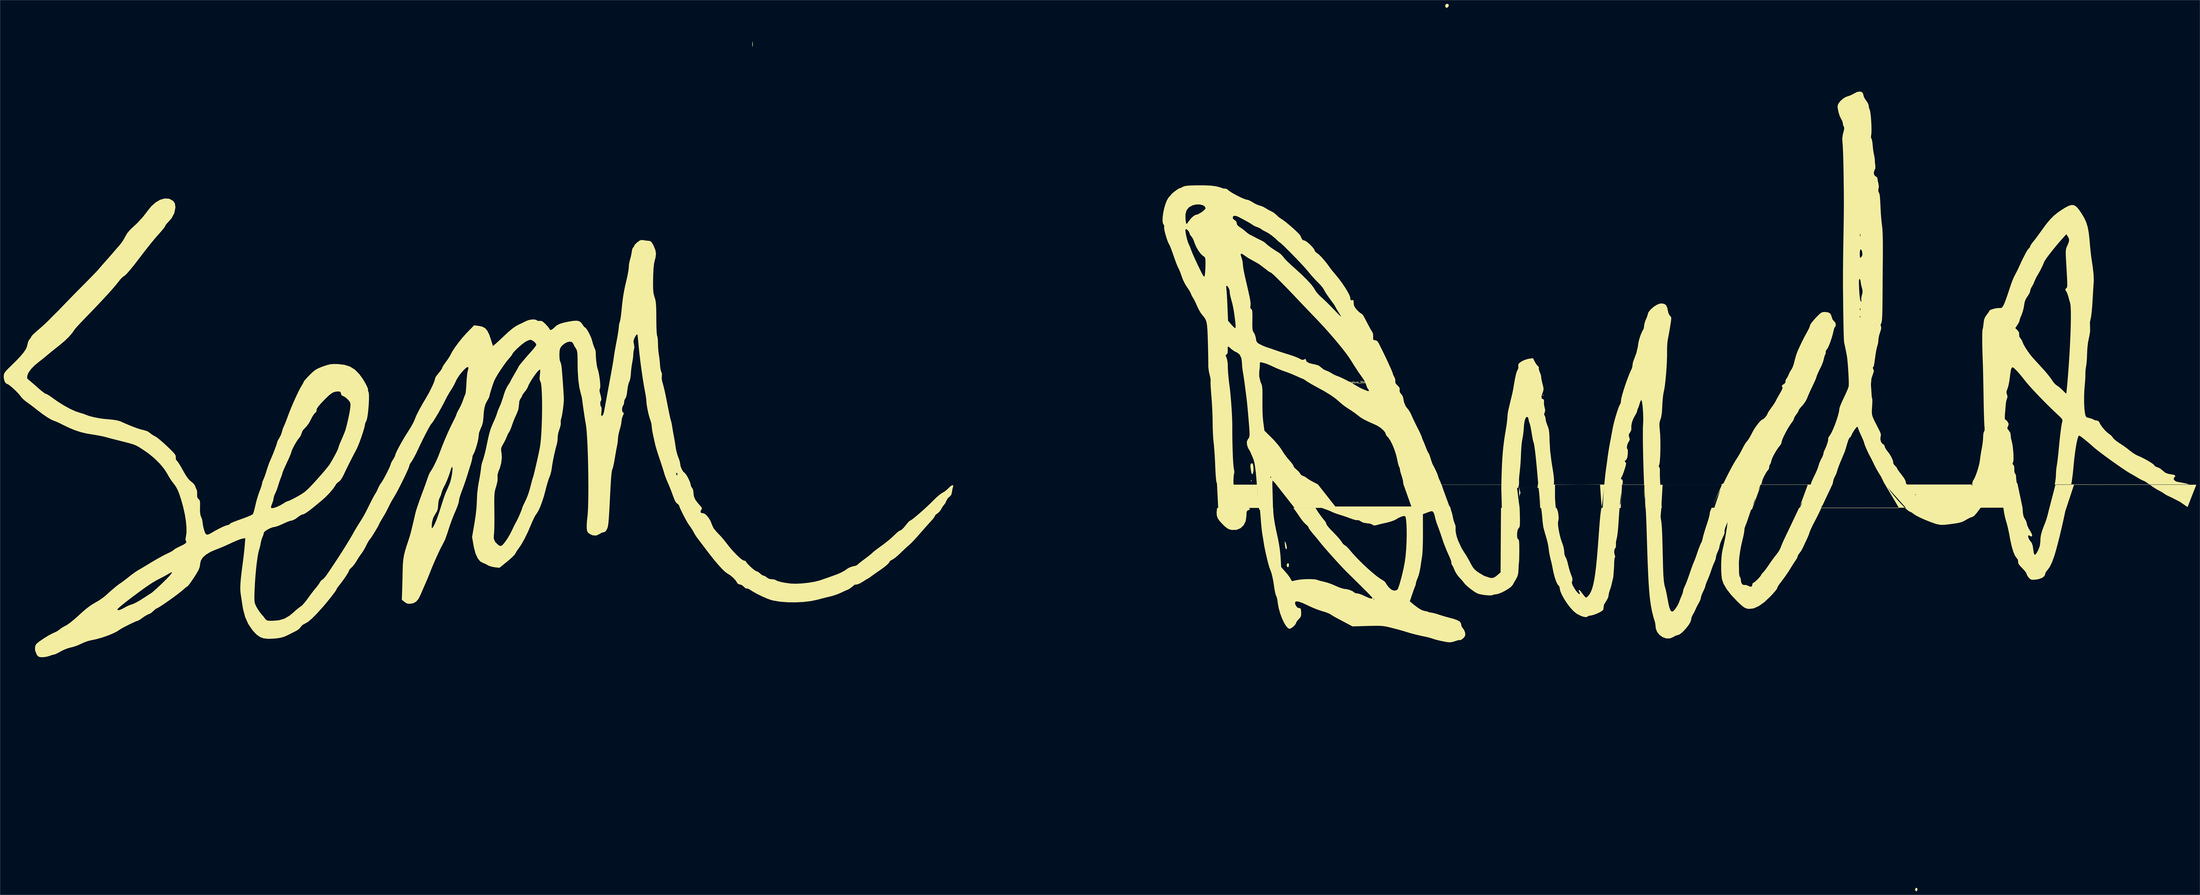
<source format=kicad_pcb>
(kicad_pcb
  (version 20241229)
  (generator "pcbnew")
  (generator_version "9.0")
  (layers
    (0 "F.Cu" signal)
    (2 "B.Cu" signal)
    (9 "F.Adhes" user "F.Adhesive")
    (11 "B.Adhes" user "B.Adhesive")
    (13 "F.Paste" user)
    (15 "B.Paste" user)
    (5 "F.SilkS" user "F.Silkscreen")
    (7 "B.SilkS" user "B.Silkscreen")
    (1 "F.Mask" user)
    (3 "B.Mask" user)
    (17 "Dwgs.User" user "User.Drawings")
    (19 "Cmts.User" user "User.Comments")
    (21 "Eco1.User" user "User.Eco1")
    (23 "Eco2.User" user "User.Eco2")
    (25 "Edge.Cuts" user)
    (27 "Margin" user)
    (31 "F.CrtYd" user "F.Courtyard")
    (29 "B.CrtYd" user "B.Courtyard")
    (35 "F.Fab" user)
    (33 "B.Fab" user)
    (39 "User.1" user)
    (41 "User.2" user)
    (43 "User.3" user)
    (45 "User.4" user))
  (footprint "Sean_Duda_Signature_35mmx35mm"
    (layer "F.Cu")
    (at 1103.816 309.885)
    (property "Reference" "Sean_Duda_Signature_35mmx35mm" (at 0 0 0) (layer "F.SilkS") (effects (font (size 1.524 1.524) (thickness 0.3))))
    (attr through_hole)
    (fp_poly (pts (xy 155.303 10.523) (xy 154.94 10.886) (xy 154.577 10.523) (xy 154.94 10.16) (xy 155.303 10.523)) (stroke (width 0.01) (type solid)) (fill yes) (layer "F.SilkS"))
    (fp_poly (pts (xy -83.699 80.07) (xy -83.612 80.932) (xy -83.699 81.038) (xy -84.13 80.938) (xy -84.183 80.554) (xy -83.917 79.957) (xy -83.699 80.07)) (stroke (width 0.01) (type solid)) (fill yes) (layer "F.SilkS"))
    (fp_poly (pts (xy -491.514 -278.483) (xy -491.394 -276.337) (xy -491.523 -274.854) (xy -491.693 -274.562) (xy -491.803 -275.513) (xy -491.827 -276.86) (xy -491.772 -278.507) (xy -491.642 -278.988) (xy -491.514 -278.483)) (stroke (width 0.01) (type solid)) (fill yes) (layer "F.SilkS"))
    (fp_poly (pts (xy 77.422 -309.36) (xy 77.651 -308.506) (xy 77.185 -307.258) (xy 76.165 -306.559) (xy 75.182 -306.785) (xy 74.676 -308.052) (xy 75.092 -309.311) (xy 76.2 -309.88) (xy 77.422 -309.36)) (stroke (width 0.01) (type solid)) (fill yes) (layer "F.SilkS"))
    (fp_poly (pts (xy 460.701 414.265) (xy 460.829 415.109) (xy 460.446 416.343) (xy 459.594 416.441) (xy 459.014 415.834) (xy 458.925 414.633) (xy 459.72 413.745) (xy 460.146 413.657) (xy 460.701 414.265)) (stroke (width 0.01) (type solid)) (fill yes) (layer "F.SilkS"))
    (fp_poly (pts (xy -53.113 148.616) (xy -53.009 149.84) (xy -53.353 150.987) (xy -53.627 151.264) (xy -54.388 151.061) (xy -54.718 150.516) (xy -54.834 148.998) (xy -54.059 148.111) (xy -53.66 148.046) (xy -53.113 148.616)) (stroke (width 0.01) (type solid)) (fill yes) (layer "F.SilkS"))
    (fp_poly (pts (xy -56.048 130.625) (xy -55.479 132.061) (xy -55.215 132.89) (xy -54.739 135.206) (xy -54.958 136.522) (xy -55.008 136.578) (xy -55.541 136.412) (xy -56.026 134.908) (xy -56.207 133.882) (xy -56.448 131.83) (xy -56.483 130.465) (xy -56.414 130.195) (xy -56.048 130.625)) (stroke (width 0.01) (type solid)) (fill yes) (layer "F.SilkS"))
    (fp_poly (pts (xy -82.664 66.675) (xy -82.174 68.344) (xy -82.006 70.757) (xy -82.153 73.085) (xy -82.525 74.653) (xy -83.012 75.268) (xy -83.509 74.74) (xy -83.751 73.871) (xy -84.341 70.628) (xy -84.548 68.497) (xy -84.39 67.194) (xy -84.216 66.82) (xy -83.377 66.109) (xy -82.664 66.675)) (stroke (width 0.01) (type solid)) (fill yes) (layer "F.SilkS"))
    (fp_poly (pts (xy -84.986 103.388) (xy -85.329 104.247) (xy -86.36 104.713) (xy -87.189 105.134) (xy -87.629 106.085) (xy -87.796 107.932) (xy -87.811 109.346) (xy -88.39 113.506) (xy -90.019 116.883) (xy -92.541 119.327) (xy -95.798 120.688) (xy -99.63 120.815) (xy -99.844 120.785) (xy -101.883 120.299) (xy -103.695 119.349) (xy -105.727 117.664) (xy -106.967 116.458) (xy -109.586 113.676) (xy -111.223 111.351) (xy -112.03 109.035) (xy -112.159 106.279) (xy -111.777 102.782) (xy -85.751 102.774) (xy -84.986 103.388)) (stroke (width 0.01) (type solid)) (fill yes) (layer "F.SilkS"))
    (fp_poly (pts (xy 518.137 72.935) (xy 525.803 89.625) (xy 510.919 104.378) (xy 501.65 104.14) (xy 499.11 105.41) (xy 497.84 104.14) (xy 492.291 105.41) (xy 490.22 104.14) (xy 486.41 104.14) (xy 482.6 105.41) (xy 480.06 104.14) (xy 476.028 104.346) (xy 474.075 103.934) (xy 469.9 104.14) (xy 468.337 103.646) (xy 466.383 102.094) (xy 466.09 102.87) (xy 464.82 101.6) (xy 463.55 100.33) (xy 459.74 93.98) (xy 459.453 91.9) (xy 457.529 90.786) (xy 455.066 88.646) (xy 453.83 87.426) (xy 452.318 85.662) (xy 451.586 84.182) (xy 451.518 83.625) (xy 505.38 83.614) (xy 505.034 84.672)) (stroke (width 0.01) (type solid)) (fill yes) (layer "F.SilkS"))
    (fp_poly (pts (xy 511.491 103.943) (xy 509.24 107.002) (xy 507.249 109.153) (xy 505.665 110.222) (xy 505.216 110.309) (xy 504.064 110.67) (xy 502.165 111.604) (xy 500.485 112.576) (xy 498.877 113.495) (xy 497.259 114.214) (xy 495.366 114.794) (xy 492.929 115.297) (xy 489.684 115.783) (xy 485.364 116.315) (xy 483.326 116.549) (xy 480.005 116.656) (xy 476.753 116.084) (xy 474.98 115.542) (xy 470.689 113.996) (xy 466.495 112.292) (xy 462.72 110.576) (xy 459.684 108.995) (xy 457.709 107.694) (xy 457.689 107.677) (xy 456.143 106.539) (xy 454.993 105.97) (xy 454.874 105.954) (xy 453.754 105.414) (xy 451.939 103.93) (xy 450.549 102.6) (xy 512.34 102.58) (xy 511.491 103.943)) (stroke (width 0.01) (type solid)) (fill yes) (layer "F.SilkS"))
    (fp_poly (pts (xy 253.849 -64.22) (xy 255.461 -62.97) (xy 256.399 -60.627) (xy 256.656 -59.164) (xy 257.3 -56.452) (xy 258.297 -54.649) (xy 258.516 -54.444) (xy 259.125 -53.871) (xy 259.46 -53.165) (xy 259.529 -52.024) (xy 259.337 -50.146) (xy 258.892 -47.232) (xy 258.705 -46.08) (xy 258.105 -42.51) (xy 257.488 -39.033) (xy 256.95 -36.187) (xy 256.748 -35.197) (xy 256.392 -32.687) (xy 256.163 -29.38) (xy 256.105 -25.926) (xy 256.114 -25.4) (xy 256.109 -21.551) (xy 255.956 -16.972) (xy 255.681 -11.986) (xy 255.308 -6.919) (xy 254.865 -2.093) (xy 254.377 2.167) (xy 253.871 5.538) (xy 253.502 7.257) (xy 253.025 9.708) (xy 252.608 13.086) (xy 252.307 16.867) (xy 252.203 19.231) (xy 251.902 24.47) (xy 251.327 28.331) (xy 250.752 30.253) (xy 250.139 32.081) (xy 249.869 33.951) (xy 249.913 36.343) (xy 250.195 39.325) (xy 250.447 42.482) (xy 250.602 46.309) (xy 250.666 50.517) (xy 250.643 54.817) (xy 250.538 58.918) (xy 250.358 62.531) (xy 250.108 65.367) (xy 249.792 67.137) (xy 249.676 67.434) (xy 249.295 68.798) (xy 249.685 69.33) (xy 250.139 70.302) (xy 250.265 72.082) (xy 250.244 72.458) (xy 250.208 74.197) (xy 250.263 77.004) (xy 250.398 80.502) (xy 251.752 102.869) (xy 238.468 102.871) (xy 237.305 85.099) (xy 237.338 88.174) (xy 237.344 88.623) (xy 237.475 91.689) (xy 237.734 94.38) (xy 238.072 96.157) (xy 238.243 97.288) (xy 238.446 99.72) (xy 237.49 83.82) (xy 219.193 83.823) (xy 217.108 104.604) (xy 216.898 107.523) (xy 216.633 111.534) (xy 216.361 115.751) (xy 216.058 119.663) (xy 215.684 123.248) (xy 215.283 126.159) (xy 214.897 128.048) (xy 214.814 128.306) (xy 214.305 130.596) (xy 214.331 132.762) (xy 214.334 132.778) (xy 214.283 134.871) (xy 213.685 135.74) (xy 213.043 137.046) (xy 212.881 139.061) (xy 213.207 141.122) (xy 213.622 142.077) (xy 213.666 143.057) (xy 213.454 143.271) (xy 213.174 144.126) (xy 212.955 146.097) (xy 212.826 148.849) (xy 212.804 150.759) (xy 212.161 159.431) (xy 210.2 167.6) (xy 209.337 170.013) (xy 208.64 172.267) (xy 208.29 174.284) (xy 208.28 174.555) (xy 207.863 176.183) (xy 206.801 178.3) (xy 206.065 179.419) (xy 204.536 182.024) (xy 204.217 183.931) (xy 204.239 184.028) (xy 204.021 185.866) (xy 203.37 186.718) (xy 201.629 187.886) (xy 199.134 189.111) (xy 196.457 190.155) (xy 194.169 190.781) (xy 193.386 190.863) (xy 191.854 191.166) (xy 191.185 191.654) (xy 190.077 192.17) (xy 188.096 191.954) (xy 185.564 191.094) (xy 182.803 189.684) (xy 181.691 188.975) (xy 179.335 186.968) (xy 176.79 184.135) (xy 174.26 180.787) (xy 171.949 177.236) (xy 170.061 173.794) (xy 168.8 170.775) (xy 168.368 168.59) (xy 168.034 167.101) (xy 167.558 166.501) (xy 166.509 165.229) (xy 165.374 162.806) (xy 164.256 159.516) (xy 163.262 155.647) (xy 162.874 153.744) (xy 162.2 150.367) (xy 161.464 147.02) (xy 160.81 144.355) (xy 160.728 144.054) (xy 160.092 141.261) (xy 159.525 137.909) (xy 159.253 135.709) (xy 158.776 132.725) (xy 157.932 129.084) (xy 156.885 125.478) (xy 156.654 124.785) (xy 154.924 118.417) (xy 154.257 113.174) (xy 153.986 109.517) (xy 153.548 105.526) (xy 153.139 102.696) (xy 165.645 102.692) (xy 165.729 102.857) (xy 166.485 104.601) (xy 166.927 106.164) (xy 167.244 108.097) (xy 167.324 108.692) (xy 167.468 111.079) (xy 167.292 113.044) (xy 167.095 113.654) (xy 166.887 115.091) (xy 167.044 117.555) (xy 167.5 120.686) (xy 168.186 124.126) (xy 169.036 127.516) (xy 169.982 130.497) (xy 170.487 131.76) (xy 171.41 134.541) (xy 171.942 137.492) (xy 171.994 138.465) (xy 172.233 140.859) (xy 172.846 142.643) (xy 173.062 142.942) (xy 173.743 144.224) (xy 174.506 146.455) (xy 175.188 149.156) (xy 175.194 149.186) (xy 175.983 152.385) (xy 176.957 155.592) (xy 177.753 157.732) (xy 178.64 160.204) (xy 178.765 161.856) (xy 178.516 162.578) (xy 178.229 163.958) (xy 178.8 165.815) (xy 179.237 166.698) (xy 180.705 169.199) (xy 182.222 171.319) (xy 183.569 172.794) (xy 184.522 173.358) (xy 184.733 173.282) (xy 184.773 172.381) (xy 184.331 171.631) (xy 183.802 170.497) (xy 183.944 169.981) (xy 184.672 170.129) (xy 185.664 171.22) (xy 185.681 171.245) (xy 187.078 173.176) (xy 188.387 174.81) (xy 189.481 175.978) (xy 190.227 176.108) (xy 191.203 175.274) (xy 191.289 175.186) (xy 192.579 173.633) (xy 193.725 171.654) (xy 194.748 169.139) (xy 195.666 165.977) (xy 196.5 162.057) (xy 197.269 157.267) (xy 197.994 151.496) (xy 198.693 144.633) (xy 199.388 136.568) (xy 200.097 127.188) (xy 200.266 124.823) (xy 200.686 118.983) (xy 201.051 114.324) (xy 201.387 110.577) (xy 201.723 107.473) (xy 202.087 104.746) (xy 202.419 102.68) (xy 217.275 102.675) (xy 217.283 102.579) (xy 217.443 101.251) (xy 217.608 100.423) (xy 217.799 99.9) (xy 218.036 99.483) (xy 218.175 99.089) (xy 218.409 97.381) (xy 218.549 94.795) (xy 218.567 91.719) (xy 218.561 90.22) (xy 218.653 87.427) (xy 218.867 85.423) (xy 219.176 84.54) (xy 219.249 84.481) (xy 218.202 102.869) (xy 203.438 102.871) (xy 204.651 85.634) (xy 204.438 88.099) (xy 203.97 92.463) (xy 203.424 96.666) (xy 202.879 100.064) (xy 202.551 101.866) (xy 201.309 83.554) (xy 164.493 83.826) (xy 164.47 100.386) (xy 164.438 100.323) (xy 163.767 98.109) (xy 163.325 94.878) (xy 163.133 91.031) (xy 163.212 86.969) (xy 163.527 83.682) (xy 204.819 83.674) (xy 204.997 81.594) (xy 205.23 79.258) (xy 218.515 79.258) (xy 219.007 79.542) (xy 219.166 79.466) (xy 219.662 79.77) (xy 219.887 81.241) (xy 219.891 81.557) (xy 219.705 83.378) (xy 219.584 83.671) (xy 237.282 83.667) (xy 237.259 82.319) (xy 237.21 80.374) (xy 237.203 80.191) (xy 236.95 73.482) (xy 236.736 66.692) (xy 236.563 60.026) (xy 236.434 53.683) (xy 236.353 47.868) (xy 236.323 42.782) (xy 236.347 38.627) (xy 236.427 35.605) (xy 236.5 34.471) (xy 236.639 31.717) (xy 236.635 28.443) (xy 236.512 24.948) (xy 236.291 21.531) (xy 235.995 18.493) (xy 235.644 16.133) (xy 235.262 14.75) (xy 235.033 14.514) (xy 234.518 15.146) (xy 233.889 16.74) (xy 233.637 17.599) (xy 233.008 19.66) (xy 232.419 21.135) (xy 232.257 21.409) (xy 231.758 22.754) (xy 231.723 23.237) (xy 231.357 24.471) (xy 230.408 26.322) (xy 229.845 27.229) (xy 228.377 30.02) (xy 227.322 33.1) (xy 226.824 35.943) (xy 226.935 37.726) (xy 226.764 39.286) (xy 225.841 40.984) (xy 224.876 42.562) (xy 224.883 44.052) (xy 225.184 44.97) (xy 225.615 46.729) (xy 225.166 48.002) (xy 224.842 48.405) (xy 224.081 49.728) (xy 223.517 51.478) (xy 223.249 53.152) (xy 223.379 54.251) (xy 223.644 54.429) (xy 223.928 55.083) (xy 224.043 56.777) (xy 223.996 58.527) (xy 223.657 61.315) (xy 222.985 63.004) (xy 222.368 63.636) (xy 221.464 64.489) (xy 221.755 65.105) (xy 222.039 65.296) (xy 222.519 65.818) (xy 222.598 66.764) (xy 222.241 68.444) (xy 221.415 71.166) (xy 221.387 71.254) (xy 220.492 73.889) (xy 219.686 75.994) (xy 219.121 77.174) (xy 219.062 77.252) (xy 218.524 78.3) (xy 218.515 79.258) (xy 205.23 79.258) (xy 205.413 77.422) (xy 205.838 73.716) (xy 206.088 71.846) (xy 206.61 68.162) (xy 207.162 64.104) (xy 207.547 61.14) (xy 208.048 57.6) (xy 208.701 53.568) (xy 209.301 50.254) (xy 209.975 46.716) (xy 210.745 42.572) (xy 211.46 38.646) (xy 211.543 38.182) (xy 212.193 35.068) (xy 213.087 31.494) (xy 214.129 27.777) (xy 215.221 24.231) (xy 216.266 21.172) (xy 217.168 18.917) (xy 217.795 17.816) (xy 218.26 16.644) (xy 218.44 14.946) (xy 218.697 13.163) (xy 219.398 10.348) (xy 220.438 6.809) (xy 221.714 2.858) (xy 223.12 -1.195) (xy 224.553 -5.04) (xy 225.908 -8.365) (xy 227.08 -10.862) (xy 227.186 -11.057) (xy 227.718 -12.752) (xy 227.874 -14.275) (xy 228.181 -16.174) (xy 228.947 -18.509) (xy 229.237 -19.184) (xy 231.07 -24.157) (xy 232.295 -29.551) (xy 232.552 -31.569) (xy 232.957 -33.748) (xy 233.728 -36.463) (xy 234.698 -39.239) (xy 235.699 -41.598) (xy 236.563 -43.065) (xy 236.635 -43.144) (xy 237.114 -44.309) (xy 237.309 -46.092) (xy 237.632 -48.178) (xy 238.44 -50.635) (xy 238.76 -51.354) (xy 239.64 -53.379) (xy 240.156 -54.956) (xy 240.211 -55.341) (xy 240.829 -57.243) (xy 242.448 -59.384) (xy 244.72 -61.473) (xy 247.294 -63.221) (xy 249.822 -64.338) (xy 251.354 -64.589) (xy 253.849 -64.22)) (stroke (width 0.01) (type solid)) (fill yes) (layer "F.SilkS"))
    (fp_poly (pts (xy 589.008 -144.918) (xy 590.928 -143.626) (xy 592.925 -141.28) (xy 595.218 -137.886) (xy 597.307 -134.33) (xy 598.872 -130.847) (xy 600.017 -127.079) (xy 600.845 -122.668) (xy 601.458 -117.256) (xy 601.59 -115.699) (xy 601.945 -111.61) (xy 602.333 -107.662) (xy 602.709 -104.27) (xy 603.03 -101.849) (xy 603.07 -101.6) (xy 604.129 -94.574) (xy 604.773 -88.719) (xy 604.996 -84.116) (xy 604.925 -82.006) (xy 604.775 -79.892) (xy 604.569 -76.685) (xy 604.327 -72.744) (xy 604.073 -68.425) (xy 603.938 -66.04) (xy 603.657 -61.849) (xy 603.316 -58.019) (xy 602.948 -54.851) (xy 602.586 -52.645) (xy 602.378 -51.889) (xy 601.851 -49.302) (xy 601.92 -45.851) (xy 601.944 -45.624) (xy 602.009 -41.695) (xy 601.279 -37.429) (xy 601.052 -36.553) (xy 600.256 -32.552) (xy 599.724 -27.623) (xy 599.532 -23.586) (xy 599.399 -20.037) (xy 599.18 -16.769) (xy 598.909 -14.214) (xy 598.702 -13.063) (xy 598.32 -10.744) (xy 598.133 -7.926) (xy 598.132 -6.894) (xy 598.091 -4.269) (xy 597.902 -0.946) (xy 597.624 2.177) (xy 597.236 7.063) (xy 597.062 12.292) (xy 597.1 17.391) (xy 597.35 21.888) (xy 597.686 24.642) (xy 598.122 26.918) (xy 598.658 28.167) (xy 599.613 28.797) (xy 601.242 29.202) (xy 603.251 29.748) (xy 604.646 30.358) (xy 604.834 30.504) (xy 606.067 31.063) (xy 607.228 31.206) (xy 608.759 31.701) (xy 609.375 32.476) (xy 610.537 34.689) (xy 612.42 37.29) (xy 614.606 39.772) (xy 616.677 41.631) (xy 617.242 42.008) (xy 619.089 43.404) (xy 620.404 44.934) (xy 620.548 45.204) (xy 621.521 46.389) (xy 623.39 47.975) (xy 625.784 49.653) (xy 626.253 49.948) (xy 629.18 51.872) (xy 632.121 53.994) (xy 634.438 55.856) (xy 634.44 55.858) (xy 636.897 57.733) (xy 639.593 59.371) (xy 640.982 60.025) (xy 643.69 61.215) (xy 646.612 62.688) (xy 649.453 64.272) (xy 651.919 65.792) (xy 653.717 67.075) (xy 654.552 67.948) (xy 654.577 68.054) (xy 655.22 68.822) (xy 656.753 69.41) (xy 656.837 69.428) (xy 658.749 70.235) (xy 660.811 71.708) (xy 661.403 72.267) (xy 663.394 73.926) (xy 665.675 74.833) (xy 667.521 75.162) (xy 670.182 75.631) (xy 671.501 76.198) (xy 671.586 76.942) (xy 670.93 77.645) (xy 670.272 78.871) (xy 670.811 80.143) (xy 672.337 81.159) (xy 673.626 81.516) (xy 677.795 82.246) (xy 680.84 82.891) (xy 683.07 83.579) (xy 650.514 83.585) (xy 650.712 83.727) (xy 653.099 85.415) (xy 655.903 87.217) (xy 658.223 88.529) (xy 659.282 89.079) (xy 661.327 90.259) (xy 662.666 91.19) (xy 663.845 91.955) (xy 665.946 93.049) (xy 668.472 94.205) (xy 668.589 94.256) (xy 675.439 97.783) (xy 681.659 102.101) (xy 688.798 83.804) (xy 588.822 83.836) (xy 581.674 105.519) (xy 580.351 111.786) (xy 578.868 118.407) (xy 577.302 125.033) (xy 575.736 131.317) (xy 574.248 136.912) (xy 572.919 141.47) (xy 572.905 141.514) (xy 570.936 147.062) (xy 568.937 151.188) (xy 566.918 153.88) (xy 566.808 153.984) (xy 565.701 155.456) (xy 565.331 156.656) (xy 564.648 158.509) (xy 562.735 160.023) (xy 559.799 161.066) (xy 557.867 161.387) (xy 555.431 161.596) (xy 553.92 161.461) (xy 552.824 160.855) (xy 551.88 159.923) (xy 550.678 158.316) (xy 550.101 156.932) (xy 550.091 156.802) (xy 549.601 155.726) (xy 548.313 154.031) (xy 546.502 152.079) (xy 546.432 152.01) (xy 544.371 149.823) (xy 543.321 148.249) (xy 543.121 147.04) (xy 543.154 146.878) (xy 542.908 145.063) (xy 542.112 144.057) (xy 540.632 142.006) (xy 539.195 138.628) (xy 537.843 134.048) (xy 536.617 128.39) (xy 536.289 126.554) (xy 535.559 122.692) (xy 534.709 118.826) (xy 533.864 115.493) (xy 533.356 113.807) (xy 532.496 110.718) (xy 531.713 106.99) (xy 531.177 103.438) (xy 531.066 102.574) (xy 512.34 102.58) (xy 513.855 100.149) (xy 514.266 99.443) (xy 515.96 96.659) (xy 517.543 94.223) (xy 518.718 92.595) (xy 519.918 90.597) (xy 519.989 88.7) (xy 519.884 87.532) (xy 520.736 85.595) (xy 521.394 84.57) (xy 521.461 83.611) (xy 527.854 83.609) (xy 527.886 83.761) (xy 528.352 86.683) (xy 528.764 89.439) (xy 529.296 92.446) (xy 529.783 94.706) (xy 529.828 94.887) (xy 530.283 97.172) (xy 530.765 100.225) (xy 526.826 82.553) (xy 542.514 82.547) (xy 546.765 102.703) (xy 546.776 102.954) (xy 546.999 106.461) (xy 547.364 108.891) (xy 547.948 110.615) (xy 548.574 111.667) (xy 549.598 113.401) (xy 550.085 114.809) (xy 550.091 114.922) (xy 550.536 116.897) (xy 551.759 119.598) (xy 553.55 122.592) (xy 554.453 124.406) (xy 554.573 125.705) (xy 553.991 126.218) (xy 552.786 125.674) (xy 552.662 125.574) (xy 551.709 125.139) (xy 551.318 125.686) (xy 551.443 126.881) (xy 552.036 128.39) (xy 553.051 129.878) (xy 553.307 130.149) (xy 554.369 131.639) (xy 555.066 133.799) (xy 555.498 136.705) (xy 555.916 139.56) (xy 556.464 140.982) (xy 557.235 140.988) (xy 558.32 139.596) (xy 559.485 137.471) (xy 560.812 134.094) (xy 561.307 130.468) (xy 561.325 129.54) (xy 561.456 127.031) (xy 561.893 124.483) (xy 562.727 121.559) (xy 564.051 117.919) (xy 565.36 114.663) (xy 566.129 112.466) (xy 567.039 109.381) (xy 567.936 105.937) (xy 568.274 104.503) (xy 573.635 83.822) (xy 587.145 83.818) (xy 582.755 99.951) (xy 583.515 95.431) (xy 583.672 94.497) (xy 584.375 91.421) (xy 585.22 88.688) (xy 585.315 88.429) (xy 586.247 85.103) (xy 586.526 83.598) (xy 650.514 83.585) (xy 648.541 82.175) (xy 646.777 81.044) (xy 645.773 80.559) (xy 645.727 80.554) (xy 644.768 80.2) (xy 642.976 79.274) (xy 640.826 78.027) (xy 638.386 76.566) (xy 636.197 75.294) (xy 634.908 74.58) (xy 633.01 73.457) (xy 630.205 71.63) (xy 626.741 69.275) (xy 622.863 66.569) (xy 618.819 63.688) (xy 614.856 60.809) (xy 611.221 58.107) (xy 608.16 55.759) (xy 605.921 53.942) (xy 605.537 53.607) (xy 601.951 50.472) (xy 598.74 47.766) (xy 596.071 45.623) (xy 594.109 44.175) (xy 593.022 43.556) (xy 592.938 43.543) (xy 592.371 44.233) (xy 591.723 46.172) (xy 591.032 49.16) (xy 590.332 53.001) (xy 589.66 57.494) (xy 589.053 62.443) (xy 588.56 67.491) (xy 587.857 74.71) (xy 587.09 80.555) (xy 586.526 83.598) (xy 573.01 83.6) (xy 573.339 82.146) (xy 573.864 78.681) (xy 574.04 76.069) (xy 574.168 72.957) (xy 574.494 69.763) (xy 574.706 68.434) (xy 575.044 66.293) (xy 575.449 63.154) (xy 575.867 59.468) (xy 576.192 56.243) (xy 576.943 48.58) (xy 577.62 42.36) (xy 578.222 37.576) (xy 578.751 34.223) (xy 579.165 32.42) (xy 579.397 31.338) (xy 579.195 30.367) (xy 578.373 29.215) (xy 576.749 27.586) (xy 575.305 26.252) (xy 571.756 22.918) (xy 567.822 19.077) (xy 563.724 14.957) (xy 559.681 10.784) (xy 555.912 6.788) (xy 552.638 3.197) (xy 550.076 0.239) (xy 549.01 -1.089) (xy 546.202 -4.638) (xy 543.605 -7.709) (xy 541.378 -10.131) (xy 539.679 -11.731) (xy 538.667 -12.336) (xy 538.641 -12.337) (xy 538.027 -12.083) (xy 537.529 -11.179) (xy 537.092 -9.412) (xy 536.658 -6.57) (xy 536.298 -3.583) (xy 535.824 -0.321) (xy 535.205 2.692) (xy 534.554 4.941) (xy 534.358 5.411) (xy 533.612 7.399) (xy 533.671 8.945) (xy 534.004 9.819) (xy 534.485 11.785) (xy 534.061 13.184) (xy 533.521 14.817) (xy 533.114 17.142) (xy 533.029 18.041) (xy 532.823 20.704) (xy 532.543 23.93) (xy 532.355 25.944) (xy 532.205 28.615) (xy 532.363 30.161) (xy 532.641 30.48) (xy 533.515 31.029) (xy 534.577 32.327) (xy 535.355 33.875) (xy 535.193 35.21) (xy 534.829 35.965) (xy 534.278 37.378) (xy 534.683 38.441) (xy 535.45 39.226) (xy 536.784 41.412) (xy 537.029 43.1) (xy 537.256 45.543) (xy 537.734 47.607) (xy 538.296 49.879) (xy 538.768 52.877) (xy 539.124 56.224) (xy 539.337 59.542) (xy 539.38 62.454) (xy 539.228 64.581) (xy 538.985 65.409) (xy 538.498 66.634) (xy 539.103 67.422) (xy 539.181 67.472) (xy 539.926 68.689) (xy 540.032 71.089) (xy 540.026 71.178) (xy 540.099 73.502) (xy 540.678 74.757) (xy 540.739 74.799) (xy 541.351 75.94) (xy 541.508 78.108) (xy 541.494 78.393) (xy 541.963 82.087) (xy 542.655 83.606) (xy 527.854 83.609) (xy 527.337 85.09) (xy 526.851 85.09) (xy 524.51 85.09) (xy 523.24 85.09) (xy 522.174 83.82) (xy 521.474 83.057) (xy 521.467 83.524) (xy 521.461 83.611) (xy 505.38 83.614) (xy 505.76 82.453) (xy 505.823 81.852) (xy 506.257 80.443) (xy 506.474 80.155) (xy 507.373 78.699) (xy 508.447 76.22) (xy 509.566 73.113) (xy 510.597 69.774) (xy 511.41 66.598) (xy 511.873 63.98) (xy 511.887 63.847) (xy 512.314 60.485) (xy 512.928 56.678) (xy 513.433 54.05) (xy 514.005 50.723) (xy 514.4 47.237) (xy 514.519 44.856) (xy 514.653 42.523) (xy 514.988 40.819) (xy 515.314 40.242) (xy 515.749 39.188) (xy 515.723 37.019) (xy 515.649 36.389) (xy 515.524 34.81) (xy 515.39 31.996) (xy 515.253 28.163) (xy 515.12 23.525) (xy 514.999 18.3) (xy 514.895 12.702) (xy 514.872 11.249) (xy 514.776 5.364) (xy 514.668 -0.407) (xy 514.555 -5.805) (xy 514.442 -10.569) (xy 514.335 -14.438) (xy 514.24 -17.151) (xy 514.228 -17.417) (xy 514.036 -22.253) (xy 513.898 -27.092) (xy 513.814 -31.704) (xy 513.785 -35.858) (xy 513.813 -39.324) (xy 513.899 -41.871) (xy 514.044 -43.269) (xy 514.1 -43.432) (xy 514.365 -44.398) (xy 540.789 -44.398) (xy 542.575 -42.72) (xy 543.868 -40.996) (xy 543.944 -39.377) (xy 544.146 -37.347) (xy 544.934 -36.202) (xy 546.169 -34.419) (xy 546.778 -32.953) (xy 547.547 -31.102) (xy 549.01 -28.519) (xy 550.92 -25.579) (xy 553.033 -22.66) (xy 555.103 -20.136) (xy 555.267 -19.953) (xy 556.885 -18.179) (xy 559.141 -15.714) (xy 561.69 -12.933) (xy 563.398 -11.073) (xy 565.877 -8.263) (xy 568.187 -5.451) (xy 570.013 -3.028) (xy 570.824 -1.795) (xy 572.34 0.335) (xy 574.01 2.025) (xy 574.764 2.539) (xy 576.43 3.674) (xy 578.452 5.418) (xy 579.533 6.491) (xy 581.072 8.052) (xy 582.155 9.031) (xy 582.482 9.217) (xy 582.611 8.466) (xy 582.829 6.543) (xy 583.109 3.725) (xy 583.421 0.288) (xy 583.479 -0.384) (xy 584.148 -8.656) (xy 584.736 -16.901) (xy 585.236 -24.971) (xy 585.645 -32.715) (xy 585.956 -39.985) (xy 586.165 -46.63) (xy 586.266 -52.501) (xy 586.254 -57.449) (xy 586.125 -61.324) (xy 585.873 -63.976) (xy 585.702 -64.787) (xy 584.907 -67.555) (xy 584.118 -70.368) (xy 584.011 -70.757) (xy 583.267 -72.906) (xy 582.422 -74.577) (xy 582.238 -74.826) (xy 581.648 -75.905) (xy 582.264 -76.822) (xy 582.41 -76.946) (xy 582.746 -77.234) (xy 583.005 -77.582) (xy 583.186 -78.148) (xy 583.289 -79.092) (xy 583.312 -80.571) (xy 583.257 -82.744) (xy 583.121 -85.769) (xy 582.904 -89.806) (xy 582.606 -95.012) (xy 582.322 -99.881) (xy 582.123 -103.678) (xy 582.066 -106.367) (xy 582.179 -108.291) (xy 582.493 -109.787) (xy 583.036 -111.198) (xy 583.368 -111.903) (xy 584.509 -114.596) (xy 584.842 -116.571) (xy 584.389 -118.298) (xy 583.734 -119.435) (xy 582.543 -121.253) (xy 578.836 -117.095) (xy 575.906 -113.728) (xy 572.975 -110.217) (xy 570.218 -106.788) (xy 567.812 -103.665) (xy 565.931 -101.073) (xy 564.751 -99.238) (xy 564.487 -98.697) (xy 563.064 -95.337) (xy 561.275 -91.693) (xy 559.487 -88.497) (xy 559.055 -87.811) (xy 557.721 -85.451) (xy 556.637 -83.015) (xy 556.537 -82.731) (xy 555.544 -80.392) (xy 554.353 -78.291) (xy 554.335 -78.265) (xy 553.374 -76.41) (xy 552.994 -74.775) (xy 552.559 -73.277) (xy 551.461 -71.332) (xy 550.878 -70.533) (xy 549.479 -68.304) (xy 548.54 -65.972) (xy 548.4 -65.314) (xy 547.728 -61.24) (xy 546.969 -58.095) (xy 545.988 -55.358) (xy 545.666 -54.618) (xy 544.832 -52.556) (xy 544.341 -50.949) (xy 544.286 -50.546) (xy 543.901 -49.359) (xy 542.94 -47.594) (xy 542.537 -46.975) (xy 540.789 -44.398) (xy 514.365 -44.398) (xy 514.396 -44.508) (xy 514.691 -46.529) (xy 514.86 -48.302) (xy 515.297 -51.293) (xy 516.24 -53.579) (xy 517.394 -55.212) (xy 518.689 -56.94) (xy 519.488 -58.228) (xy 519.611 -58.582) (xy 520.255 -59.188) (xy 521.878 -59.84) (xy 524.016 -60.412) (xy 526.209 -60.781) (xy 527.975 -60.824) (xy 528.821 -60.793) (xy 529.562 -60.999) (xy 530.268 -61.588) (xy 531.009 -62.705) (xy 531.855 -64.495) (xy 532.875 -67.103) (xy 534.139 -70.676) (xy 535.718 -75.358) (xy 537.405 -80.462) (xy 538.474 -83.347) (xy 539.725 -86.233) (xy 540.297 -87.384) (xy 541.784 -90.202) (xy 542.828 -92.259) (xy 543.682 -94.068) (xy 544.598 -96.142) (xy 544.605 -96.157) (xy 545.705 -98.586) (xy 546.814 -100.872) (xy 547.002 -101.237) (xy 548.128 -103.422) (xy 549.338 -105.816) (xy 549.436 -106.011) (xy 550.562 -107.942) (xy 551.68 -109.379) (xy 551.862 -109.547) (xy 552.805 -110.718) (xy 552.994 -111.355) (xy 553.435 -112.37) (xy 554.56 -114.006) (xy 555.423 -115.077) (xy 556.881 -116.899) (xy 558.854 -119.512) (xy 561.04 -122.511) (xy 562.422 -124.46) (xy 566.005 -129.364) (xy 569.218 -133.238) (xy 572.32 -136.361) (xy 575.573 -139.008) (xy 577.229 -140.168) (xy 581.275 -142.782) (xy 584.425 -144.465) (xy 586.922 -145.187) (xy 589.008 -144.918)) (stroke (width 0.01) (type solid)) (fill yes) (layer "F.SilkS"))
    (fp_poly (pts (xy 148.018 -16.746) (xy 149.148 -14.852) (xy 150.212 -13.574) (xy 150.573 -13.33) (xy 151.273 -12.479) (xy 151.22 -11.999) (xy 151.269 -10.788) (xy 151.831 -8.908) (xy 152.103 -8.249) (xy 152.849 -6.261) (xy 153.189 -4.726) (xy 153.183 -4.438) (xy 153.277 -3.249) (xy 153.688 -1.148) (xy 154.248 1.113) (xy 154.892 3.672) (xy 155.115 5.418) (xy 154.915 6.926) (xy 154.289 8.774) (xy 154.225 8.943) (xy 153.459 11.612) (xy 153.623 13.21) (xy 154.725 13.785) (xy 154.857 13.789) (xy 155.487 14.416) (xy 155.466 15.911) (xy 155.486 18.089) (xy 155.959 20.47) (xy 155.999 20.593) (xy 156.477 22.792) (xy 156.136 24.456) (xy 156.006 24.717) (xy 155.546 26.244) (xy 155.961 27.074) (xy 156.559 28.354) (xy 156.754 29.839) (xy 157.05 31.653) (xy 157.803 34.05) (xy 158.319 35.318) (xy 159.019 37.135) (xy 159.496 39.108) (xy 159.797 41.59) (xy 159.971 44.93) (xy 160.042 47.897) (xy 160.515 56.074) (xy 161.641 65.104) (xy 162.152 68.217) (xy 163 73.445) (xy 163.514 77.479) (xy 163.713 80.533) (xy 163.618 82.822) (xy 163.583 83.094) (xy 165.098 102.869) (xy 152.402 102.871) (xy 151.506 90.471) (xy 152.31 97.157) (xy 153.138 102.689) (xy 151.032 86.357) (xy 133.448 86.363) (xy 135.593 103.665) (xy 135.719 107.648) (xy 135.784 110.225) (xy 135.834 113.901) (xy 135.775 116.394) (xy 135.577 117.972) (xy 135.209 118.902) (xy 134.747 119.377) (xy 134.078 120.484) (xy 133.646 122.358) (xy 133.466 124.544) (xy 133.554 126.587) (xy 133.924 128.033) (xy 134.439 128.455) (xy 134.835 128.845) (xy 135.1 130.124) (xy 135.25 132.457) (xy 135.3 136.01) (xy 135.296 137.708) (xy 135.262 141.221) (xy 135.202 144.18) (xy 135.126 146.299) (xy 135.04 147.289) (xy 135.029 147.32) (xy 134.902 148.174) (xy 134.774 150.079) (xy 134.671 152.636) (xy 134.666 152.827) (xy 134.435 156.127) (xy 133.874 158.553) (xy 132.847 160.669) (xy 132.761 160.809) (xy 131.392 163.106) (xy 130.163 165.311) (xy 129.908 165.799) (xy 128.655 167.245) (xy 126.448 168.911) (xy 123.68 170.585) (xy 120.747 172.056) (xy 118.042 173.112) (xy 115.962 173.541) (xy 115.516 173.516) (xy 114.131 173.795) (xy 113.685 174.08) (xy 112.519 174.366) (xy 110.374 174.375) (xy 107.683 174.157) (xy 104.882 173.76) (xy 102.404 173.232) (xy 100.684 172.624) (xy 100.679 172.621) (xy 98.336 171.183) (xy 95.692 169.275) (xy 93.156 167.223) (xy 91.139 165.355) (xy 90.208 164.263) (xy 88.886 162.57) (xy 87.073 160.545) (xy 86.27 159.723) (xy 84.359 157.354) (xy 82.737 154.555) (xy 82.352 153.646) (xy 81.5 151.583) (xy 80.746 150.15) (xy 80.447 149.793) (xy 79.951 148.841) (xy 79.831 147.821) (xy 79.521 146.183) (xy 78.746 144.021) (xy 78.432 143.329) (xy 75.841 137.533) (xy 73.444 131.388) (xy 71.959 127) (xy 70.841 123.62) (xy 69.528 119.95) (xy 68.7 117.791) (xy 67.664 114.934) (xy 66.816 112.135) (xy 66.422 110.42) (xy 65.88 108.231) (xy 65.164 106.511) (xy 65.02 106.288) (xy 64.398 105.611) (xy 63.605 105.432) (xy 62.226 105.765) (xy 60.299 106.457) (xy 56.493 107.876) (xy 56.533 122.7) (xy 56.512 127.521) (xy 56.428 132.146) (xy 56.291 136.267) (xy 56.113 139.575) (xy 55.904 141.764) (xy 55.887 141.877) (xy 55.412 144.955) (xy 54.864 148.609) (xy 54.428 151.583) (xy 53.832 154.763) (xy 53.025 157.853) (xy 52.228 160.07) (xy 51.371 162.183) (xy 50.861 163.881) (xy 50.8 164.344) (xy 50.486 165.972) (xy 50.181 166.743) (xy 49.665 168.004) (xy 48.853 170.218) (xy 47.902 172.955) (xy 47.677 173.621) (xy 45.792 179.24) (xy 49.036 181.967) (xy 52.646 184.715) (xy 55.754 186.499) (xy 58.19 187.223) (xy 58.469 187.234) (xy 59.958 187.47) (xy 60.537 187.779) (xy 61.611 188.225) (xy 63.016 188.429) (xy 64.738 188.721) (xy 67.212 189.368) (xy 69.306 190.032) (xy 72.28 191) (xy 75.287 191.895) (xy 76.926 192.333) (xy 81.241 193.483) (xy 84.303 194.535) (xy 86.295 195.593) (xy 87.399 196.76) (xy 87.799 198.14) (xy 87.811 198.483) (xy 88.33 200.192) (xy 89.191 201.321) (xy 90.296 202.912) (xy 91.025 204.993) (xy 91.028 205.006) (xy 91.138 206.93) (xy 90.403 208.445) (xy 89.578 209.35) (xy 88.127 210.524) (xy 86.983 210.984) (xy 86.834 210.961) (xy 85.574 210.98) (xy 84.183 211.365) (xy 81.055 212.407) (xy 78.55 212.782) (xy 76.052 212.578) (xy 75.837 212.539) (xy 70.62 211.492) (xy 66.54 210.477) (xy 64.226 209.723) (xy 62.099 209.044) (xy 59.491 208.394) (xy 58.783 208.248) (xy 54.465 207.334) (xy 49.96 206.255) (xy 45.822 205.15) (xy 42.817 204.23) (xy 40.744 203.588) (xy 37.717 202.725) (xy 34.192 201.768) (xy 31.569 201.084) (xy 28.541 200.331) (xy 26.056 199.8) (xy 23.762 199.461) (xy 21.309 199.285) (xy 18.344 199.242) (xy 14.519 199.304) (xy 11.249 199.391) (xy -1.089 199.74) (xy -7.62 196.271) (xy -11.212 194.361) (xy -13.777 192.987) (xy -15.568 192.006) (xy -16.841 191.276) (xy -17.851 190.652) (xy -18.851 189.993) (xy -19.049 189.861) (xy -20.782 188.986) (xy -23.354 188.017) (xy -26.01 187.216) (xy -28.937 186.279) (xy -32.53 184.884) (xy -36.183 183.274) (xy -37.608 182.582) (xy -41.892 180.586) (xy -45.046 179.476) (xy -47.09 179.251) (xy -48.043 179.911) (xy -47.926 181.458) (xy -47.454 182.601) (xy -46.146 184.337) (xy -44.798 184.749) (xy -43.832 184.886) (xy -43.324 185.625) (xy -43.093 187.326) (xy -43.043 188.242) (xy -43.063 190.566) (xy -43.548 192.107) (xy -44.73 193.515) (xy -45.025 193.794) (xy -46.395 195.328) (xy -47.131 196.646) (xy -47.171 196.895) (xy -47.717 198.046) (xy -49.04 199.509) (xy -50.668 200.86) (xy -52.129 201.671) (xy -52.543 201.749) (xy -53.944 201.079) (xy -55.518 199.24) (xy -57.155 196.482) (xy -58.74 193.058) (xy -60.161 189.222) (xy -61.306 185.224) (xy -62.061 181.318) (xy -62.201 180.138) (xy -62.558 177.682) (xy -62.62 177.437) (xy 15.966 177.437) (xy 16.329 177.8) (xy 16.691 177.437) (xy 16.329 177.074) (xy 15.966 177.437) (xy -62.62 177.437) (xy -63.048 175.743) (xy -63.404 174.982) (xy -63.864 173.836) (xy -64.399 171.649) (xy -64.916 168.823) (xy -65.08 167.725) (xy -65.817 162.893) (xy -66.536 159.154) (xy -67.32 156.155) (xy -68.251 153.541) (xy -68.579 152.763) (xy -69.2 150.957) (xy -70.002 148.09) (xy -70.901 144.527) (xy -71.81 140.633) (xy -72.643 136.774) (xy -73.314 133.315) (xy -73.69 130.991) (xy -73.983 129.065) (xy -74.423 126.403) (xy -74.759 124.46) (xy -75.116 121.966) (xy -75.503 118.504) (xy -75.868 114.554) (xy -76.135 111.034) (xy -76.436 107.298) (xy -76.805 103.864) (xy -76.96 102.771) (xy -65.944 102.767) (xy -65.948 102.913) (xy -65.801 106.62) (xy -65.371 110.707) (xy -64.625 115.428) (xy -63.53 121.035) (xy -62.064 127.726) (xy -61.234 132.009) (xy -60.502 136.915) (xy -59.985 141.616) (xy -59.865 143.259) (xy -59.396 151.173) (xy -55.643 155.431) (xy -53.78 157.684) (xy -52.309 159.726) (xy -51.507 161.163) (xy -51.461 161.306) (xy -50.746 162.48) (xy -50.01 162.652) (xy -46.588 161.841) (xy -43.455 161.358) (xy -39.924 161.114) (xy -37.672 161.051) (xy -34.648 161.075) (xy -32.061 161.242) (xy -30.346 161.519) (xy -30.052 161.627) (xy -28.606 162.145) (xy -26.302 162.767) (xy -24.311 163.216) (xy -21.39 164.015) (xy -17.949 165.242) (xy -14.8 166.602) (xy -12.027 167.807) (xy -9.468 168.691) (xy -7.62 169.085) (xy -7.45 169.091) (xy -5.352 169.371) (xy -2.988 170.074) (xy -0.913 170.994) (xy 0.318 171.926) (xy 0.356 171.983) (xy 1.364 172.556) (xy 2.56 172.72) (xy 4.337 173.038) (xy 6.542 173.826) (xy 7.053 174.062) (xy 10.631 175.745) (xy 13.093 176.727) (xy 14.571 177.05) (xy 15.197 176.752) (xy 15.24 176.506) (xy 14.966 176.062) (xy 14.1 175.067) (xy 12.575 173.454) (xy 10.324 171.154) (xy 7.281 168.101) (xy 3.379 164.226) (xy -1.45 159.462) (xy -5.806 155.18) (xy -8.015 152.928) (xy -10.851 149.918) (xy -14.078 146.412) (xy -17.46 142.672) (xy -20.762 138.96) (xy -23.749 135.539) (xy -26.185 132.671) (xy -27.718 130.77) (xy -29.501 128.529) (xy -31.721 125.845) (xy -33.564 123.687) (xy -35.262 121.614) (xy -36.492 119.876) (xy -37.008 118.826) (xy -37.011 118.783) (xy -37.55 117.769) (xy -38.88 116.469) (xy -39.224 116.203) (xy -40.685 114.797) (xy -42.519 112.578) (xy -44.367 109.989) (xy -44.646 109.56) (xy -46.533 106.751) (xy -48.505 104.03) (xy -49.514 102.762) (xy -31.348 102.756) (xy -30.457 104.221) (xy -28.799 106.753) (xy -26.764 109.597) (xy -24.756 112.204) (xy -23.404 113.79) (xy -22.611 115.236) (xy -22.497 115.916) (xy -22.005 116.871) (xy -20.675 118.564) (xy -18.721 120.737) (xy -16.873 122.629) (xy -14.407 125.171) (xy -12.223 127.608) (xy -10.608 129.609) (xy -9.972 130.569) (xy -8.801 132.239) (xy -7.592 133.236) (xy -7.432 133.295) (xy -6.315 134.028) (xy -4.737 135.56) (xy -3.468 137.035) (xy -0.492 140.534) (xy 3.072 144.348) (xy 6.994 148.267) (xy 11.047 152.081) (xy 15.003 155.58) (xy 18.635 158.554) (xy 21.713 160.794) (xy 23.49 161.85) (xy 25.101 162.94) (xy 26.03 164.072) (xy 26.76 165.324) (xy 28.06 167.096) (xy 28.666 167.843) (xy 30.867 169.771) (xy 33.106 170.522) (xy 35.118 170.031) (xy 35.744 169.529) (xy 36.262 168.499) (xy 37.022 166.324) (xy 37.942 163.275) (xy 38.937 159.623) (xy 39.477 157.492) (xy 40.772 151.913) (xy 41.689 147.037) (xy 42.329 142.204) (xy 42.793 136.756) (xy 42.9 135.102) (xy 43.137 130.11) (xy 43.238 125.193) (xy 43.212 120.573) (xy 43.068 116.476) (xy 42.814 113.126) (xy 42.458 110.746) (xy 42.009 109.561) (xy 41.943 109.506) (xy 40.696 109.424) (xy 38.682 109.991) (xy 36.341 111.05) (xy 34.467 112.187) (xy 32.74 113.043) (xy 30.081 113.974) (xy 26.987 114.81) (xy 26.126 115.002) (xy 23.084 115.675) (xy 20.41 116.326) (xy 18.56 116.84) (xy 18.223 116.954) (xy 16.414 117.167) (xy 15.263 116.498) (xy 13.727 115.768) (xy 11.481 115.402) (xy 10.981 115.389) (xy 7.621 114.806) (xy 5.845 113.852) (xy 4.268 112.953) (xy 3.102 112.747) (xy 2.991 112.794) (xy 1.965 112.791) (xy 0.029 112.319) (xy -2.339 111.503) (xy -5.6 110.306) (xy -9.146 109.107) (xy -11.249 108.453) (xy -13.9 107.606) (xy -16.235 106.744) (xy -17.417 106.217) (xy -19.576 105.239) (xy -22.517 104.104) (xy -25.678 103.008) (xy -26.511 101.617) (xy 78.675 101.583) (xy 79.55 104.901) (xy 79.555 104.912) (xy 80.273 107.092) (xy 80.881 109.724) (xy 80.988 110.355) (xy 81.547 112.894) (xy 82.322 115.197) (xy 82.532 115.655) (xy 83.176 117.524) (xy 83.24 119.044) (xy 83.156 120.983) (xy 83.545 123.736) (xy 84.297 126.786) (xy 85.304 129.616) (xy 85.601 130.266) (xy 86.569 132.305) (xy 87.296 133.915) (xy 87.439 134.257) (xy 88.565 136.485) (xy 90.569 139.649) (xy 91.107 140.441) (xy 92.272 142.301) (xy 93.707 144.805) (xy 94.671 146.594) (xy 96.233 149.517) (xy 97.453 151.515) (xy 98.63 152.967) (xy 100.061 154.25) (xy 101.664 155.465) (xy 106.538 158.392) (xy 111.333 159.989) (xy 112.123 160.122) (xy 113.839 160.062) (xy 115.59 159.21) (xy 117.154 157.983) (xy 120.008 155.532) (xy 120.189 124.756) (xy 120.265 113.093) (xy 120.355 102.761) (xy 120.355 102.707) (xy 135.555 102.702) (xy 135.45 100.033) (xy 135.309 97.302) (xy 135.247 95.311) (xy 135.4 92.97) (xy 135.812 91.678) (xy 136.245 90.578) (xy 135.824 88.719) (xy 135.739 88.486) (xy 135.251 86.279) (xy 135.068 83.82) (xy 135.487 104.139) (xy 121.053 104.141) (xy 120.592 85.597) (xy 120.462 93.636) (xy 120.65 83.82) (xy 71.87 83.827) (xy 78.622 102.588) (xy 77.707 100.149) (xy 77.291 98.985) (xy 76.405 96.506) (xy 75.284 93.37) (xy 74.076 89.989) (xy 73.167 87.497) (xy 71.95 84.307) (xy 71.704 83.7) (xy 120.635 83.69) (xy 120.727 79.603) (xy 135.059 79.603) (xy 135.061 79.829) (xy 135.078 81.235) (xy 135.073 83.331) (xy 134.36 86.362) (xy 150.12 86.358) (xy 150.713 82.516) (xy 150.225 76.926) (xy 149.655 70.402) (xy 149.091 64.499) (xy 148.55 59.363) (xy 148.05 55.144) (xy 147.607 51.987) (xy 147.238 50.04) (xy 147.056 49.507) (xy 146.704 48.417) (xy 146.232 46.257) (xy 145.715 43.395) (xy 145.438 41.637) (xy 144.912 38.482) (xy 144.366 35.767) (xy 143.882 33.886) (xy 143.68 33.362) (xy 143.071 31.574) (xy 142.966 30.673) (xy 142.538 29.068) (xy 142.122 28.475) (xy 141.226 28.264) (xy 140.394 29.323) (xy 139.694 31.467) (xy 139.192 34.515) (xy 138.999 36.986) (xy 138.741 40.3) (xy 138.323 43.619) (xy 137.865 46.083) (xy 137.471 48.364) (xy 137.109 51.596) (xy 136.829 55.28) (xy 136.714 57.694) (xy 136.538 62.095) (xy 136.325 65.793) (xy 136.03 69.404) (xy 135.606 73.547) (xy 135.351 75.837) (xy 135.147 77.976) (xy 135.059 79.603) (xy 120.727 79.603) (xy 120.752 78.523) (xy 120.946 72.293) (xy 121.18 66.784) (xy 121.459 61.874) (xy 121.79 57.443) (xy 122.177 53.368) (xy 122.627 49.528) (xy 123.144 45.801) (xy 123.735 42.066) (xy 124.038 40.277) (xy 124.638 36.581) (xy 125.127 33.123) (xy 125.454 30.312) (xy 125.564 28.666) (xy 125.77 25.912) (xy 126.247 23.092) (xy 126.302 22.86) (xy 126.946 20.203) (xy 127.634 17.289) (xy 127.772 16.691) (xy 128.435 13.885) (xy 129.13 11.063) (xy 129.268 10.523) (xy 129.826 8.046) (xy 130.399 5.051) (xy 130.636 3.629) (xy 131.592 -2.005) (xy 132.478 -6.204) (xy 133.293 -8.963) (xy 133.918 -10.16) (xy 134.507 -11.675) (xy 134.486 -13.185) (xy 134.448 -14.537) (xy 135.148 -15.645) (xy 136.865 -16.945) (xy 136.929 -16.988) (xy 139.528 -18.293) (xy 142.448 -19.198) (xy 143.11 -19.314) (xy 146.473 -19.775) (xy 148.018 -16.746)) (stroke (width 0.01) (type solid)) (fill yes) (layer "F.SilkS"))
    (fp_poly (pts (xy -122.002 -161.241) (xy -116.863 -160.992) (xy -112.804 -160.487) (xy -109.648 -159.708) (xy -108.305 -159.188) (xy -106.533 -158.601) (xy -105.287 -158.549) (xy -105.186 -158.595) (xy -104.216 -158.455) (xy -102.863 -157.491) (xy -102.731 -157.363) (xy -101.218 -156.188) (xy -98.859 -154.72) (xy -96.018 -153.146) (xy -93.062 -151.653) (xy -90.355 -150.428) (xy -88.263 -149.659) (xy -87.376 -149.491) (xy -85.92 -149.1) (xy -83.884 -148.096) (xy -82.659 -147.333) (xy -80.276 -145.959) (xy -77.876 -144.942) (xy -76.926 -144.683) (xy -74.515 -143.884) (xy -72.241 -142.633) (xy -72.209 -142.609) (xy -69.929 -141.194) (xy -67.498 -140.019) (xy -67.491 -140.017) (xy -65.233 -138.737) (xy -63.282 -137.031) (xy -63.232 -136.972) (xy -61.353 -135.188) (xy -59.245 -133.76) (xy -59.241 -133.758) (xy -57.65 -132.723) (xy -55.387 -130.984) (xy -52.74 -128.792) (xy -49.993 -126.399) (xy -47.432 -124.054) (xy -45.344 -122.011) (xy -44.013 -120.519) (xy -43.778 -120.17) (xy -42.917 -118.402) (xy -42.531 -117.384) (xy -41.564 -116.361) (xy -40.518 -116.114) (xy -39.25 -115.596) (xy -37.455 -114.268) (xy -35.48 -112.468) (xy -33.671 -110.536) (xy -32.375 -108.81) (xy -31.931 -107.705) (xy -31.346 -106.707) (xy -29.938 -105.686) (xy -29.925 -105.68) (xy -28.528 -104.604) (xy -26.565 -102.641) (xy -24.303 -100.092) (xy -22.007 -97.26) (xy -19.942 -94.445) (xy -19.594 -93.932) (xy -18.566 -92.551) (xy -16.938 -90.532) (xy -15.159 -88.423) (xy -12.379 -85.02) (xy -9.69 -81.398) (xy -7.248 -77.804) (xy -5.209 -74.485) (xy -3.732 -71.688) (xy -2.971 -69.659) (xy -2.903 -69.134) (xy -2.751 -67.604) (xy -2.121 -67.169) (xy -1.471 -67.276) (xy -0.522 -67.33) (xy -0.151 -66.58) (xy -0.135 -65.067) (xy 0.1 -63) (xy 1.141 -61.01) (xy 2.242 -59.633) (xy 3.884 -57.926) (xy 5.327 -56.728) (xy 5.887 -56.426) (xy 7.027 -55.567) (xy 8.14 -53.999) (xy 8.15 -53.978) (xy 9.03 -52.296) (xy 10.314 -49.839) (xy 11.735 -47.122) (xy 11.826 -46.947) (xy 13.178 -44.432) (xy 14.366 -42.351) (xy 15.16 -41.105) (xy 15.226 -41.02) (xy 15.708 -39.687) (xy 15.847 -37.667) (xy 15.823 -37.253) (xy 15.775 -35.442) (xy 16.174 -34.653) (xy 17.253 -34.472) (xy 17.385 -34.471) (xy 19.041 -33.926) (xy 20.224 -32.294) (xy 21.21 -30.287) (xy 22.023 -28.666) (xy 23.74 -25.236) (xy 25.544 -21.517) (xy 27.32 -17.757) (xy 28.955 -14.204) (xy 30.336 -11.108) (xy 31.349 -8.715) (xy 31.88 -7.275) (xy 31.931 -7.019) (xy 32.32 -5.801) (xy 33.095 -4.467) (xy 33.862 -2.571) (xy 33.918 -1.022) (xy 34.039 0.576) (xy 35.23 2.13) (xy 35.732 2.573) (xy 37.181 4.082) (xy 37.555 5.465) (xy 37.443 6.151) (xy 37.515 7.973) (xy 38.583 9.39) (xy 39.81 11.022) (xy 40.335 12.508) (xy 41.061 16.278) (xy 42.313 19.396) (xy 43.718 21.266) (xy 44.98 22.832) (xy 46.347 25.156) (xy 47.141 26.851) (xy 48.25 29.353) (xy 49.771 32.573) (xy 51.435 35.948) (xy 52.033 37.122) (xy 53.44 39.924) (xy 54.574 42.302) (xy 55.278 43.923) (xy 55.426 44.379) (xy 55.823 45.651) (xy 56.588 47.527) (xy 56.755 47.897) (xy 57.734 50.181) (xy 58.815 52.915) (xy 59.185 53.908) (xy 60.011 55.962) (xy 60.725 57.376) (xy 61.001 57.719) (xy 61.483 58.549) (xy 62.173 60.354) (xy 62.767 62.231) (xy 63.535 64.673) (xy 64.255 66.642) (xy 64.651 67.491) (xy 65.599 69.207) (xy 66.702 71.439) (xy 67.759 73.75) (xy 68.571 75.7) (xy 68.938 76.852) (xy 68.943 76.915) (xy 69.256 78.059) (xy 70.021 79.796) (xy 70.148 80.046) (xy 70.891 81.69) (xy 79.067 104.137) (xy 47.933 104.143) (xy 40.566 83.382) (xy 40.091 79.991) (xy 39.239 76.887) (xy 39.189 76.752) (xy 38.375 74.352) (xy 37.848 72.305) (xy 37.738 71.447) (xy 37.453 69.892) (xy 37.109 69.269) (xy 36.664 68.24) (xy 36.118 66.226) (xy 35.626 63.863) (xy 34.632 59.567) (xy 33.252 55.216) (xy 31.628 51.154) (xy 29.903 47.723) (xy 28.218 45.263) (xy 27.67 44.7) (xy 26.536 43.377) (xy 26.126 42.367) (xy 25.528 40.85) (xy 23.954 38.993) (xy 21.727 37.096) (xy 19.173 35.459) (xy 18.019 34.894) (xy 13.657 32.958) (xy 10.373 31.425) (xy 7.898 30.151) (xy 5.964 28.992) (xy 4.305 27.805) (xy 3.343 27.031) (xy 0.853 25.118) (xy -2.124 23.048) (xy -4.124 21.771) (xy -6.816 19.992) (xy -9.434 18.019) (xy -10.966 16.691) (xy -14.589 13.541) (xy -18.875 10.459) (xy -24.086 7.268) (xy -28.788 4.68) (xy -32.085 2.891) (xy -35.128 1.17) (xy -37.561 -0.279) (xy -38.959 -1.197) (xy -40.531 -2.283) (xy -41.578 -2.869) (xy -41.71 -2.903) (xy -42.537 -3.19) (xy -44.313 -3.946) (xy -46.675 -5.018) (xy -47.02 -5.179) (xy -50.243 -6.59) (xy -53.717 -7.967) (xy -56.242 -8.861) (xy -59.207 -9.93) (xy -62.676 -11.345) (xy -65.677 -12.695) (xy -68.349 -13.927) (xy -70.699 -14.931) (xy -72.268 -15.511) (xy -72.39 -15.545) (xy -74.405 -16.081) (xy -75.478 -16.379) (xy -76.465 -16.461) (xy -76.838 -15.7) (xy -76.858 -14.383) (xy -76.939 -12.061) (xy -77.234 -9.38) (xy -77.319 -8.846) (xy -77.358 -4.948) (xy -76.317 -0.557) (xy -75.338 1.867) (xy -74.989 3.342) (xy -74.754 5.737) (xy -74.685 8.398) (xy -74.722 14.581) (xy -74.712 19.56) (xy -74.647 23.582) (xy -74.518 26.895) (xy -74.32 29.746) (xy -74.043 32.383) (xy -73.916 33.379) (xy -73.097 39.544) (xy -67.173 45.375) (xy -64.459 48.226) (xy -61.875 51.253) (xy -59.773 54.028) (xy -58.808 55.539) (xy -56.918 58.496) (xy -54.571 61.638) (xy -52.857 63.638) (xy -51.112 65.651) (xy -49.856 67.366) (xy -49.35 68.425) (xy -49.349 68.45) (xy -48.812 69.507) (xy -47.466 70.9) (xy -46.858 71.396) (xy -45.193 72.901) (xy -44.083 74.332) (xy -43.929 74.676) (xy -42.939 75.9) (xy -41.684 76.509) (xy -39.728 77.373) (xy -38.599 78.214) (xy -37.343 79.142) (xy -35.207 80.432) (xy -32.625 81.827) (xy -32.273 82.006) (xy -29.347 83.535) (xy -14.243 102.753) (xy -48.453 102.76) (xy -64.413 82.404) (xy -66.403 80.263) (xy -66.632 83.008) (xy -66.04 104.14) (xy -77.447 104.141) (xy -79.136 85.67) (xy -78.992 87.624) (xy -78.641 91.622) (xy -78.259 95.143) (xy -77.883 97.863) (xy -77.551 99.458) (xy -77.194 101.116) (xy -76.96 102.771) (xy -85.751 102.774) (xy -85.97 102.599) (xy -86.61 102.87) (xy -91.44 102.87) (xy -96.973 103.141) (xy -98.607 102.599) (xy -97.79 101.6) (xy -97.79 101.35) (xy -98.429 99.31) (xy -99.06 96.52) (xy -97.79 93.259) (xy -99.06 91.691) (xy -99.06 91.44) (xy -99.06 90.17) (xy -98.88 89.597) (xy -99.24 88.203) (xy -99.06 85.09) (xy -97.158 85.681) (xy -97.693 85.301) (xy -97.79 87.63) (xy -97.408 102.869) (xy -110.872 102.871) (xy -111.887 82.82) (xy -112.216 81.898) (xy -112.448 80.88) (xy -112.697 78.667) (xy -112.944 75.516) (xy -113.166 71.685) (xy -113.316 68.217) (xy -113.524 63.507) (xy -113.796 58.778) (xy -114.103 54.439) (xy -114.417 50.899) (xy -114.595 49.349) (xy -114.908 46.193) (xy -115.167 42.104) (xy -115.345 37.601) (xy -115.417 33.203) (xy -115.417 33.02) (xy -115.494 28.379) (xy -115.698 22.925) (xy -116 17.289) (xy -116.37 12.101) (xy -116.435 11.33) (xy -116.757 7.342) (xy -116.99 3.828) (xy -117.12 1.06) (xy -117.133 -0.695) (xy -117.079 -1.149) (xy -117.072 -2.325) (xy -117.435 -4.372) (xy -117.897 -6.168) (xy -118.567 -9.254) (xy -118.942 -12.532) (xy -118.974 -14.009) (xy -118.963 -15.877) (xy -118.994 -18.913) (xy -119.049 -22.055) (xy -104.834 -22.055) (xy -104.613 -21.505) (xy -104.056 -20.247) (xy -103.515 -18.203) (xy -103.139 -16.036) (xy -103.057 -14.696) (xy -103.023 -11.845) (xy -102.805 -8.064) (xy -102.444 -3.854) (xy -101.978 0.281) (xy -101.716 2.177) (xy -101.241 5.944) (xy -100.763 10.738) (xy -100.311 16.143) (xy -99.916 21.741) (xy -99.606 27.117) (xy -99.412 31.853) (xy -99.361 35.301) (xy -99.361 40.729) (xy -99.299 46.324) (xy -99.185 51.858) (xy -99.025 57.104) (xy -98.829 61.832) (xy -98.604 65.814) (xy -98.359 68.821) (xy -98.102 70.625) (xy -98.079 70.717) (xy -97.718 72.706) (xy -97.737 74.128) (xy -97.82 74.346) (xy -98.082 75.421) (xy -98.296 77.493) (xy -98.413 80.032) (xy -98.409 82.754) (xy -98.282 83.734) (xy -79.28 83.73) (xy -79.629 79.057) (xy -79.759 77.651) (xy -68.217 77.651) (xy -67.952 78.249) (xy -67.733 78.135) (xy -67.646 77.274) (xy -67.733 77.168) (xy -68.165 77.267) (xy -68.217 77.651) (xy -79.759 77.651) (xy -80.121 73.722) (xy -80.635 69.492) (xy -81.196 66.193) (xy -81.828 63.652) (xy -82.46 61.91) (xy -83.441 59.64) (xy -84.314 57.612) (xy -84.434 57.331) (xy -85.346 55.525) (xy -86.055 54.429) (xy -86.754 52.993) (xy -87.327 50.949) (xy -87.368 50.731) (xy -87.459 48.446) (xy -86.619 46.591) (xy -86.362 46.251) (xy -85.847 45.547) (xy -85.488 44.803) (xy -85.281 43.796) (xy -85.218 42.301) (xy -85.296 40.098) (xy -85.507 36.962) (xy -85.847 32.672) (xy -85.977 31.079) (xy -86.373 26.407) (xy -86.785 21.84) (xy -87.18 17.733) (xy -87.524 14.443) (xy -87.731 12.7) (xy -88.153 9.473) (xy -88.662 5.562) (xy -89.158 1.724) (xy -89.24 1.089) (xy -89.71 -2.352) (xy -90.212 -5.71) (xy -90.657 -8.392) (xy -90.761 -8.945) (xy -91.192 -11.958) (xy -91.426 -15.135) (xy -91.44 -15.91) (xy -91.908 -19.761) (xy -93.269 -22.638) (xy -95.461 -24.421) (xy -95.984 -24.632) (xy -98.001 -25.671) (xy -100.151 -27.258) (xy -100.68 -27.741) (xy -102.106 -29.052) (xy -102.858 -29.357) (xy -103.123 -28.515) (xy -103.086 -26.385) (xy -103.066 -25.943) (xy -103.227 -23.818) (xy -104.013 -22.812) (xy -104.103 -22.774) (xy -104.834 -22.055) (xy -119.049 -22.055) (xy -119.063 -22.831) (xy -119.163 -27.35) (xy -119.291 -32.186) (xy -119.323 -33.301) (xy -119.498 -38.792) (xy -119.694 -43.055) (xy -119.96 -46.313) (xy -120.344 -48.789) (xy -120.896 -50.708) (xy -121.665 -52.291) (xy -122.699 -53.763) (xy -124.048 -55.346) (xy -124.2 -55.517) (xy -125.498 -57.341) (xy -126.951 -59.933) (xy -128.106 -62.411) (xy -129.296 -65.093) (xy -130.48 -67.473) (xy -131.342 -68.943) (xy -132.491 -70.924) (xy -133.176 -72.56) (xy -133.907 -74.114) (xy -135.217 -76.27) (xy -136.42 -78.003) (xy -136.723 -78.494) (xy -104.358 -78.494) (xy -104.269 -77.028) (xy -104.268 -77.024) (xy -104.099 -75.615) (xy -103.897 -73.048) (xy -103.681 -69.617) (xy -103.47 -65.613) (xy -103.339 -62.691) (xy -102.825 -50.437) (xy -100.217 -47.377) (xy -98.669 -45.684) (xy -97.443 -44.562) (xy -96.961 -44.292) (xy -96.693 -44.938) (xy -96.664 -46.674) (xy -96.84 -48.804) (xy -97.476 -54.015) (xy -98.066 -58.143) (xy -98.671 -61.55) (xy -99.358 -64.6) (xy -100.116 -67.405) (xy -100.835 -70.147) (xy -101.312 -72.46) (xy -101.46 -73.898) (xy -101.448 -74.008) (xy -101.61 -75.465) (xy -102.291 -77.183) (xy -103.201 -78.585) (xy -103.99 -79.103) (xy -104.358 -78.494) (xy -136.723 -78.494) (xy -138.074 -80.679) (xy -139.679 -83.982) (xy -140.725 -86.723) (xy -141.68 -89.486) (xy -142.636 -91.889) (xy -143.391 -93.423) (xy -143.405 -93.445) (xy -144.048 -94.761) (xy -145.008 -97.12) (xy -146.155 -100.183) (xy -147.32 -103.503) (xy -148.484 -106.832) (xy -149.55 -109.695) (xy -150.399 -111.788) (xy -150.914 -112.807) (xy -150.918 -112.811) (xy -151.657 -114.172) (xy -152.55 -116.475) (xy -153.471 -119.29) (xy -154.29 -122.185) (xy -154.806 -124.413) (xy -137.712 -124.413) (xy -137.505 -122.471) (xy -137.04 -119.96) (xy -136.401 -117.29) (xy -135.676 -114.87) (xy -135.023 -113.251) (xy -133.878 -110.696) (xy -132.875 -108.034) (xy -132.835 -107.91) (xy -132.203 -106.275) (xy -131.072 -103.65) (xy -129.581 -100.351) (xy -127.871 -96.69) (xy -127.165 -95.21) (xy -125.34 -91.443) (xy -124.031 -88.845) (xy -123.135 -87.268) (xy -122.555 -86.566) (xy -122.189 -86.593) (xy -121.938 -87.202) (xy -121.877 -87.449) (xy -121.63 -89.182) (xy -121.425 -91.868) (xy -121.298 -95.006) (xy -121.28 -95.935) (xy -121.258 -98.978) (xy -121.354 -100.911) (xy -121.658 -102.074) (xy -122.259 -102.81) (xy -123.249 -103.457) (xy -123.276 -103.473) (xy -124.099 -104.211) (xy -92.499 -104.211) (xy -91.798 -102.063) (xy -91.05 -99.497) (xy -90.724 -96.839) (xy -90.724 -96.725) (xy -90.561 -94.86) (xy -90.116 -92.031) (xy -89.463 -88.676) (xy -88.948 -86.36) (xy -87.527 -80.267) (xy -86.414 -75.417) (xy -85.578 -71.644) (xy -84.987 -68.78) (xy -84.61 -66.658) (xy -84.416 -65.111) (xy -84.372 -63.971) (xy -84.447 -63.072) (xy -84.497 -62.777) (xy -84.616 -60.934) (xy -84.008 -60.053) (xy -83.858 -59.986) (xy -83.39 -59.565) (xy -83.089 -58.574) (xy -82.932 -56.781) (xy -82.895 -53.952) (xy -82.934 -50.907) (xy -82.975 -47.099) (xy -82.91 -44.462) (xy -82.71 -42.718) (xy -82.343 -41.588) (xy -81.828 -40.845) (xy -80.961 -39.284) (xy -80.267 -36.997) (xy -80.091 -36.011) (xy -79.697 -33.905) (xy -78.984 -32.602) (xy -77.558 -31.567) (xy -76.277 -30.896) (xy -73.945 -29.802) (xy -71.848 -28.944) (xy -71.12 -28.702) (xy -69.507 -28.191) (xy -67.08 -27.365) (xy -64.589 -26.483) (xy -61.616 -25.456) (xy -57.932 -24.249) (xy -54.219 -23.086) (xy -53.34 -22.82) (xy -50.131 -21.778) (xy -47.169 -20.677) (xy -44.936 -19.699) (xy -44.357 -19.386) (xy -42.539 -18.472) (xy -41.276 -18.414) (xy -40.547 -18.758) (xy -39.509 -19.218) (xy -39.197 -18.599) (xy -39.189 -18.265) (xy -38.488 -16.896) (xy -36.467 -15.761) (xy -33.244 -14.92) (xy -32.02 -14.729) (xy -28.898 -13.846) (xy -26.781 -12.257) (xy -24.949 -10.751) (xy -23.008 -9.774) (xy -22.838 -9.727) (xy -20.876 -8.97) (xy -18.66 -7.761) (xy -18.245 -7.49) (xy -16.182 -6.271) (xy -14.275 -5.425) (xy -13.937 -5.324) (xy -12.139 -4.675) (xy -9.453 -3.466) (xy -6.241 -1.878) (xy -2.862 -0.091) (xy 0.32 1.714) (xy 1.089 2.175) (xy 3.428 3.542) (xy 5.545 4.689) (xy 6.531 5.165) (xy 9.317 6.35) (xy 11.033 7.007) (xy 11.937 7.201) (xy 12.285 6.991) (xy 12.337 6.574) (xy 11.811 5.589) (xy 11.631 5.455) (xy 11.008 4.528) (xy 10.329 2.759) (xy 10.16 2.176) (xy 9.244 -0.128) (xy 7.803 -2.701) (xy 7.056 -3.783) (xy 3.729 -8.478) (xy 0.006 -14.202) (xy -1.09 -15.966) (xy -2.765 -18.628) (xy -4.379 -21.043) (xy -6.141 -23.488) (xy -8.257 -26.243) (xy -10.933 -29.588) (xy -13.789 -33.083) (xy -17.145 -37.061) (xy -21.103 -41.581) (xy -25.233 -46.163) (xy -29.106 -50.327) (xy -30.209 -51.479) (xy -33.772 -55.182) (xy -37.626 -59.206) (xy -41.389 -63.151) (xy -44.68 -66.618) (xy -45.812 -67.817) (xy -50.795 -73.071) (xy -55.318 -77.769) (xy -59.295 -81.827) (xy -62.643 -85.161) (xy -65.276 -87.687) (xy -67.11 -89.321) (xy -68.061 -89.979) (xy -68.116 -89.989) (xy -69.102 -90.435) (xy -70.695 -91.573) (xy -71.662 -92.38) (xy -77.656 -96.909) (xy -84.183 -100.576) (xy -86.412 -101.82) (xy -88.811 -103.437) (xy -89.39 -103.88) (xy -91.299 -105.15) (xy -92.337 -105.259) (xy -92.499 -104.211) (xy -124.099 -104.211) (xy -124.969 -104.991) (xy -126.837 -107.465) (xy -128.614 -110.47) (xy -130.036 -113.577) (xy -130.606 -115.305) (xy -131.472 -117.476) (xy -132.626 -119.203) (xy -132.803 -119.377) (xy -133.903 -120.8) (xy -134.257 -121.92) (xy -134.673 -123.099) (xy -135.64 -124.365) (xy -136.738 -125.278) (xy -137.546 -125.401) (xy -137.573 -125.378) (xy -137.712 -124.413) (xy -154.806 -124.413) (xy -154.879 -124.731) (xy -155.111 -126.497) (xy -155.088 -126.832) (xy -155.047 -128.251) (xy -155.318 -128.824) (xy -156.085 -130.081) (xy -156.38 -132.386) (xy -156.261 -135.436) (xy -155.994 -137.39) (xy -137.678 -137.39) (xy -137.578 -133.013) (xy -137.395 -131.745) (xy -137.048 -130.01) (xy -136.702 -129.531) (xy -136.201 -130.12) (xy -136.133 -130.236) (xy -135.195 -131.58) (xy -133.712 -133.437) (xy -132.903 -134.381) (xy -131.756 -135.461) (xy -98.915 -135.461) (xy -98.856 -133.924) (xy -97.459 -132.756) (xy -97.064 -132.594) (xy -96.044 -131.539) (xy -95.794 -130.348) (xy -95.302 -128.782) (xy -93.672 -127.315) (xy -93.073 -126.938) (xy -90.813 -125.399) (xy -88.734 -123.703) (xy -88.427 -123.41) (xy -86.5 -121.82) (xy -84.498 -120.589) (xy -84.435 -120.559) (xy -82.258 -119.497) (xy -80.554 -118.603) (xy -78.715 -117.644) (xy -76.41 -116.509) (xy -75.827 -116.232) (xy -73.766 -115.091) (xy -72.17 -113.913) (xy -71.867 -113.6) (xy -70.706 -112.54) (xy -68.682 -110.994) (xy -66.174 -109.227) (xy -63.559 -107.507) (xy -61.242 -106.114) (xy -59.672 -104.895) (xy -58.057 -103.164) (xy -57.913 -102.977) (xy -56.898 -101.679) (xy -55.844 -100.463) (xy -54.534 -99.114) (xy -52.751 -97.417) (xy -50.276 -95.156) (xy -47.534 -92.691) (xy -42.147 -87.72) (xy -37.821 -83.419) (xy -34.596 -79.832) (xy -32.512 -77.001) (xy -31.951 -75.973) (xy -30.725 -74.06) (xy -28.781 -71.786) (xy -26.719 -69.804) (xy -24.559 -67.843) (xy -21.809 -65.2) (xy -18.862 -62.259) (xy -16.726 -60.053) (xy -14.373 -57.603) (xy -12.4 -55.592) (xy -11.009 -54.224) (xy -10.404 -53.703) (xy -10.401 -53.703) (xy -10.611 -54.257) (xy -11.437 -55.709) (xy -12.678 -57.708) (xy -13.988 -59.818) (xy -14.912 -61.423) (xy -15.24 -62.148) (xy -15.649 -62.881) (xy -16.745 -64.485) (xy -18.332 -66.679) (xy -19.264 -67.929) (xy -21.196 -70.609) (xy -22.881 -73.149) (xy -24.045 -75.128) (xy -24.293 -75.645) (xy -25.338 -77.347) (xy -27.101 -79.517) (xy -29.162 -81.643) (xy -31.392 -83.895) (xy -34.045 -86.807) (xy -36.674 -89.882) (xy -37.643 -91.077) (xy -39.154 -92.86) (xy -41.308 -95.25) (xy -43.931 -98.066) (xy -46.846 -101.128) (xy -49.878 -104.258) (xy -52.849 -107.275) (xy -55.585 -109.999) (xy -57.91 -112.252) (xy -59.647 -113.852) (xy -60.62 -114.621) (xy -60.733 -114.663) (xy -61.356 -115.128) (xy -62.713 -116.344) (xy -64.434 -117.973) (xy -66.97 -120.114) (xy -69.861 -122.105) (xy -71.65 -123.099) (xy -73.774 -124.186) (xy -75.314 -125.107) (xy -75.833 -125.541) (xy -76.721 -126.15) (xy -78.437 -126.872) (xy -78.932 -127.039) (xy -81.002 -127.856) (xy -82.585 -128.741) (xy -82.757 -128.877) (xy -83.641 -129.524) (xy -85.191 -130.472) (xy -87.573 -131.817) (xy -90.954 -133.654) (xy -94.343 -135.462) (xy -96.644 -136.322) (xy -98.277 -136.183) (xy -98.915 -135.461) (xy -131.756 -135.461) (xy -131.042 -136.134) (xy -129.366 -137.076) (xy -128.873 -137.16) (xy -127.437 -137.564) (xy -125.529 -138.579) (xy -123.574 -139.91) (xy -121.998 -141.262) (xy -121.226 -142.337) (xy -121.205 -142.484) (xy -121.875 -143.997) (xy -123.618 -145.067) (xy -126.103 -145.616) (xy -128.999 -145.568) (xy -131.717 -144.937) (xy -134.778 -143.281) (xy -136.755 -140.789) (xy -137.678 -137.39) (xy -155.994 -137.39) (xy -155.785 -138.927) (xy -155.009 -142.557) (xy -153.992 -146.022) (xy -152.791 -149.018) (xy -151.464 -151.243) (xy -150.947 -151.815) (xy -149.84 -152.988) (xy -149.39 -153.629) (xy -148.628 -154.493) (xy -147.112 -155.777) (xy -145.277 -157.158) (xy -143.561 -158.309) (xy -142.4 -158.907) (xy -142.257 -158.931) (xy -141.1 -159.3) (xy -139.802 -160.02) (xy -138.609 -160.515) (xy -136.641 -160.867) (xy -133.69 -161.098) (xy -129.547 -161.231) (xy -128.398 -161.25) (xy -122.002 -161.241)) (stroke (width 0.01) (type solid)) (fill yes) (layer "F.SilkS"))
    (fp_poly (pts (xy 415.626 -237.441) (xy 416.519 -235.923) (xy 416.589 -235.235) (xy 417.072 -233.505) (xy 418.245 -231.471) (xy 418.767 -230.805) (xy 420.089 -228.892) (xy 420.846 -227.092) (xy 420.914 -226.584) (xy 421.268 -224.514) (xy 421.725 -223.362) (xy 422.136 -221.912) (xy 422.516 -219.379) (xy 422.84 -216.13) (xy 423.087 -212.533) (xy 423.234 -208.956) (xy 423.258 -205.767) (xy 423.137 -203.333) (xy 423.009 -202.493) (xy 422.797 -200.544) (xy 423.163 -199.527) (xy 423.169 -199.523) (xy 423.579 -198.621) (xy 423.955 -196.688) (xy 424.215 -194.151) (xy 424.499 -191.12) (xy 424.911 -188.238) (xy 425.281 -186.463) (xy 425.767 -184.067) (xy 425.972 -181.868) (xy 425.971 -181.658) (xy 426.114 -179.295) (xy 426.403 -177.62) (xy 426.369 -175.151) (xy 425.875 -173.991) (xy 425.155 -171.969) (xy 425.319 -170.065) (xy 426.282 -168.773) (xy 426.781 -168.56) (xy 427.948 -167.594) (xy 428.171 -166.575) (xy 428.413 -164.694) (xy 428.926 -162.79) (xy 429.279 -160.028) (xy 428.998 -158.834) (xy 428.766 -156.557) (xy 429.132 -155.628) (xy 429.509 -154.906) (xy 429.794 -154.079) (xy 430.013 -152.909) (xy 430.194 -151.16) (xy 430.363 -148.593) (xy 430.548 -144.97) (xy 430.693 -141.877) (xy 430.918 -137.938) (xy 431.22 -134.036) (xy 431.553 -130.678) (xy 431.812 -128.74) (xy 432.133 -125.893) (xy 432.363 -121.843) (xy 432.504 -116.533) (xy 432.555 -109.908) (xy 432.519 -101.911) (xy 432.48 -98.334) (xy 432.455 -95.87) (xy 432.424 -92.217) (xy 432.39 -87.638) (xy 432.353 -82.395) (xy 432.317 -76.75) (xy 432.283 -70.965) (xy 432.281 -70.69) (xy 432.23 -64.225) (xy 432.153 -59.076) (xy 432.043 -55.109) (xy 431.894 -52.189) (xy 431.699 -50.18) (xy 431.452 -48.947) (xy 431.198 -48.412) (xy 430.629 -46.916) (xy 430.953 -45.962) (xy 431.228 -44.56) (xy 430.768 -42.394) (xy 430.285 -41.025) (xy 429.467 -38.354) (xy 428.968 -35.728) (xy 428.898 -34.7) (xy 428.668 -32.256) (xy 428.115 -30.043) (xy 428.092 -29.983) (xy 427.58 -28.214) (xy 427.028 -25.59) (xy 426.583 -22.86) (xy 426.162 -19.825) (xy 425.761 -16.951) (xy 425.497 -15.059) (xy 425.098 -13.31) (xy 424.586 -12.382) (xy 424.46 -12.337) (xy 424.273 -11.835) (xy 424.683 -10.931) (xy 425.184 -9.215) (xy 424.79 -7.846) (xy 423.192 -3.128) (xy 422.78 1.768) (xy 422.863 3.266) (xy 423.081 6.169) (xy 423.262 8.932) (xy 423.335 10.279) (xy 423.505 12.121) (xy 423.772 13.232) (xy 423.825 13.311) (xy 423.941 14.154) (xy 423.938 16.092) (xy 423.819 18.775) (xy 423.733 20.086) (xy 423.554 22.781) (xy 423.529 24.847) (xy 423.749 26.63) (xy 424.305 28.472) (xy 425.288 30.718) (xy 426.79 33.711) (xy 427.933 35.923) (xy 429.465 38.929) (xy 430.407 40.961) (xy 430.863 42.322) (xy 430.933 43.314) (xy 430.734 44.198) (xy 430.496 46.379) (xy 430.952 48.523) (xy 431.939 50.074) (xy 432.576 50.453) (xy 433.728 51.415) (xy 433.977 52.275) (xy 434.434 53.657) (xy 435.575 55.447) (xy 436.057 56.036) (xy 437.736 58.243) (xy 439.25 60.714) (xy 440.401 63.065) (xy 440.991 64.909) (xy 440.977 65.664) (xy 441.221 66.74) (xy 442.304 68.064) (xy 442.378 68.129) (xy 443.602 69.387) (xy 444.136 70.319) (xy 444.137 70.341) (xy 444.564 71.193) (xy 445.696 72.843) (xy 447.311 74.974) (xy 447.766 75.545) (xy 449.777 78.228) (xy 450.917 80.262) (xy 451.366 82.001) (xy 451.394 82.596) (xy 467.963 102.868) (xy 451.517 102.872) (xy 436.683 86.181) (xy 437.072 86.781) (xy 439.074 89.589) (xy 441.519 92.692) (xy 444.218 95.884) (xy 446.981 98.959) (xy 449.618 101.709) (xy 450.549 102.6) (xy 382.278 102.622) (xy 382.023 103.227) (xy 380.782 105.923) (xy 379.302 108.983) (xy 377.725 112.101) (xy 376.198 114.97) (xy 376.167 115.026) (xy 375.193 116.919) (xy 374.126 119.18) (xy 373.158 121.37) (xy 372.486 123.053) (xy 372.291 123.743) (xy 372.003 124.641) (xy 371.242 126.468) (xy 370.167 128.848) (xy 370.046 129.107) (xy 368.756 131.858) (xy 367.561 134.41) (xy 366.744 136.155) (xy 365.553 138.242) (xy 364.272 139.935) (xy 363.228 141.389) (xy 362.857 142.475) (xy 362.445 143.763) (xy 361.552 145.226) (xy 360.551 146.671) (xy 359.09 148.92) (xy 357.453 151.534) (xy 357.144 152.037) (xy 355.549 154.599) (xy 354.009 156.933) (xy 352.277 159.391) (xy 350.107 162.324) (xy 347.639 165.578) (xy 346.616 167.188) (xy 346.161 168.44) (xy 346.159 168.48) (xy 345.677 169.363) (xy 344.373 171.026) (xy 342.45 173.224) (xy 340.325 175.493) (xy 335.451 180.049) (xy 330.959 183.219) (xy 326.831 185.011) (xy 323.052 185.433) (xy 322.245 185.34) (xy 320.703 184.961) (xy 319.196 184.221) (xy 317.449 182.927) (xy 315.186 180.886) (xy 313.208 178.966) (xy 308.394 173.833) (xy 304.709 169.054) (xy 302.216 164.721) (xy 301.023 161.175) (xy 300.588 157.78) (xy 300.369 153.541) (xy 300.356 148.906) (xy 300.376 148.409) (xy 314.848 148.409) (xy 314.893 150.953) (xy 314.933 153.951) (xy 314.945 155.085) (xy 315.093 157.305) (xy 315.431 158.874) (xy 315.696 159.301) (xy 316.244 160.293) (xy 316.411 161.562) (xy 316.77 163.921) (xy 317.715 165.457) (xy 319.054 165.886) (xy 319.325 165.822) (xy 320.901 165.881) (xy 322.515 166.576) (xy 324.335 167.34) (xy 325.483 166.884) (xy 325.846 165.42) (xy 326.228 164.265) (xy 326.737 164.011) (xy 327.637 163.512) (xy 329.083 162.264) (xy 330.705 160.648) (xy 332.133 159.041) (xy 332.997 157.822) (xy 333.103 157.501) (xy 333.586 156.681) (xy 334.602 155.622) (xy 335.7 154.385) (xy 337.275 152.316) (xy 339.029 149.809) (xy 339.46 149.16) (xy 341.421 146.3) (xy 343.479 143.486) (xy 345.226 141.276) (xy 345.4 141.073) (xy 347.111 138.76) (xy 348.508 136.296) (xy 348.934 135.267) (xy 349.674 133.364) (xy 350.862 130.618) (xy 352.295 127.488) (xy 353.046 125.911) (xy 354.727 122.415) (xy 356.727 118.225) (xy 358.752 113.961) (xy 359.963 111.397) (xy 362.026 107.023) (xy 363.561 103.789) (xy 364.123 102.628) (xy 382.278 102.622) (xy 382.877 101.201) (xy 383.2 100.154) (xy 383.436 99.194) (xy 384.289 97.651) (xy 384.928 96.533) (xy 385.354 94.891) (xy 385.413 94.491) (xy 386.013 92.806) (xy 387.082 90.498) (xy 388.398 87.995) (xy 389.741 85.727) (xy 390.89 84.126) (xy 381.91 102.874) (xy 445.77 102.87) (xy 433.345 81.94) (xy 431.22 77.483) (xy 429.363 74.449) (xy 427.927 72.016) (xy 426.791 69.98) (xy 425.832 68.133) (xy 424.992 66.403) (xy 423.827 63.988) (xy 422.832 62.001) (xy 422.272 60.96) (xy 421.333 59.228) (xy 420.199 56.892) (xy 419.051 54.358) (xy 418.069 52.031) (xy 417.431 50.317) (xy 417.286 49.703) (xy 416.987 48.629) (xy 416.196 46.64) (xy 415.066 44.116) (xy 414.746 43.441) (xy 413.556 40.849) (xy 412.664 38.7) (xy 412.226 37.374) (xy 412.206 37.213) (xy 411.868 36.373) (xy 411.661 36.313) (xy 410.913 36.903) (xy 409.76 38.345) (xy 408.491 40.215) (xy 407.396 42.09) (xy 406.797 43.436) (xy 406.18 44.663) (xy 405.713 44.994) (xy 405.031 45.653) (xy 404.17 47.656) (xy 403.114 51.044) (xy 402.78 52.251) (xy 402.064 54.681) (xy 401.342 56.816) (xy 401.141 57.331) (xy 400.508 58.843) (xy 399.502 61.238) (xy 398.313 64.062) (xy 398.001 64.802) (xy 396.819 67.734) (xy 395.824 70.435) (xy 395.194 72.415) (xy 395.118 72.725) (xy 394.363 74.988) (xy 393.256 77.228) (xy 392.315 79.254) (xy 391.89 81.127) (xy 391.888 81.223) (xy 391.484 83.095) (xy 382.187 102.868) (xy 364.573 102.872) (xy 372.963 85.141) (xy 371.874 87.554) (xy 370.494 90.398) (xy 369.601 92.213) (xy 368.384 94.819) (xy 367.545 96.787) (xy 367.228 97.79) (xy 367.18 98.121) (xy 366.6 98.697) (xy 366.474 98.703) (xy 366.226 98.818) (xy 365.9 99.211) (xy 365.408 100.055) (xy 364.658 101.524) (xy 371.148 83.814) (xy 332.432 83.826) (xy 325.281 102.954) (xy 324.184 105.991) (xy 323.282 108.677) (xy 322.199 111.937) (xy 321.207 114.772) (xy 320.43 116.842) (xy 320.034 117.737) (xy 319.488 119.411) (xy 319.314 121.048) (xy 319.132 122.72) (xy 318.649 125.288) (xy 317.962 128.252) (xy 317.809 128.846) (xy 316.71 133.575) (xy 315.806 138.5) (xy 315.166 143.158) (xy 314.86 147.088) (xy 314.848 148.409) (xy 300.376 148.409) (xy 300.54 144.321) (xy 300.912 140.231) (xy 301.461 137.085) (xy 301.537 136.797) (xy 302.365 133.427) (xy 303.261 129.153) (xy 304.123 124.515) (xy 304.849 120.05) (xy 305.236 117.203) (xy 305.584 114.3) (xy 304.131 117.86) (xy 303.386 119.985) (xy 303.047 121.581) (xy 303.098 122.102) (xy 303.16 123.232) (xy 302.815 124.348) (xy 302.105 125.923) (xy 301.098 128.164) (xy 300.552 129.378) (xy 299.65 131.657) (xy 299.088 133.6) (xy 298.994 134.305) (xy 298.672 135.851) (xy 297.869 137.936) (xy 297.543 138.611) (xy 296.628 140.776) (xy 296.122 142.693) (xy 296.087 143.118) (xy 295.744 144.934) (xy 294.927 146.957) (xy 294.038 148.908) (xy 293.025 151.52) (xy 292.47 153.126) (xy 291.557 155.837) (xy 290.654 158.275) (xy 289.541 161.013) (xy 288.369 163.758) (xy 287.693 165.55) (xy 287.385 166.811) (xy 287.383 166.867) (xy 287.074 167.933) (xy 286.28 169.798) (xy 285.569 171.269) (xy 284.544 173.552) (xy 283.886 175.521) (xy 283.754 176.339) (xy 283.382 177.872) (xy 282.453 179.89) (xy 282.077 180.536) (xy 280.732 182.94) (xy 279.571 185.388) (xy 279.41 185.783) (xy 278.343 188.102) (xy 277.133 190.196) (xy 277.096 190.249) (xy 276.129 192.328) (xy 275.771 194.285) (xy 275.275 196.01) (xy 273.965 198.275) (xy 272.111 200.768) (xy 269.982 203.177) (xy 267.848 205.191) (xy 265.979 206.498) (xy 264.912 206.829) (xy 263.294 207.249) (xy 261.426 208.273) (xy 261.277 208.38) (xy 258.56 209.578) (xy 255.586 209.601) (xy 252.641 208.619) (xy 250.016 206.8) (xy 247.999 204.316) (xy 246.878 201.334) (xy 246.743 199.84) (xy 246.513 197.656) (xy 246.036 195.632) (xy 245.082 192.474) (xy 244.244 189.32) (xy 243.51 186.041) (xy 242.869 182.51) (xy 242.309 178.602) (xy 241.818 174.19) (xy 241.385 169.146) (xy 240.999 163.344) (xy 240.646 156.657) (xy 240.316 148.958) (xy 239.998 140.121) (xy 239.679 130.018) (xy 239.526 124.823) (xy 239.331 118.673) (xy 239.117 112.909) (xy 238.984 109.823) (xy 250.818 109.823) (xy 251.165 112.573) (xy 251.184 112.639) (xy 251.447 114.155) (xy 251.706 116.822) (xy 251.943 120.339) (xy 252.134 124.407) (xy 252.228 127.363) (xy 252.365 132.741) (xy 252.521 138.835) (xy 252.678 144.978) (xy 252.818 150.5) (xy 252.848 151.674) (xy 253.087 157.816) (xy 253.456 162.538) (xy 253.952 165.83) (xy 254.241 166.914) (xy 254.87 169.168) (xy 255.582 172.287) (xy 256.251 175.702) (xy 256.427 176.711) (xy 257.277 181.292) (xy 258.086 184.542) (xy 258.906 186.581) (xy 259.789 187.528) (xy 260.786 187.502) (xy 261.067 187.352) (xy 262.171 186.257) (xy 263.557 184.369) (xy 264.886 182.208) (xy 265.817 180.291) (xy 265.96 179.871) (xy 266.567 178.148) (xy 267.496 175.881) (xy 267.847 175.086) (xy 268.694 172.947) (xy 269.188 171.183) (xy 269.24 170.721) (xy 269.569 169.259) (xy 270.382 167.3) (xy 270.584 166.904) (xy 271.363 165.183) (xy 272.431 162.48) (xy 273.636 159.195) (xy 274.604 156.391) (xy 275.732 153.096) (xy 276.761 150.219) (xy 277.569 148.094) (xy 277.999 147.112) (xy 278.535 145.88) (xy 279.378 143.646) (xy 280.388 140.788) (xy 280.95 139.129) (xy 281.991 136.143) (xy 282.951 133.629) (xy 283.689 131.944) (xy 283.951 131.497) (xy 284.56 130.215) (xy 285.135 128.177) (xy 285.27 127.506) (xy 285.736 125.538) (xy 286.559 122.645) (xy 287.61 119.267) (xy 288.414 116.84) (xy 289.476 113.561) (xy 290.329 110.627) (xy 290.87 108.405) (xy 291.01 107.406) (xy 291.076 106.725) (xy 291.312 105.805) (xy 291.78 104.51) (xy 292.542 102.704) (xy 292.567 102.651) (xy 325.406 102.64) (xy 326.226 100.584) (xy 326.88 99.242) (xy 327.135 98.789) (xy 327.9 96.747) (xy 328.448 94.343) (xy 328.604 93.43) (xy 329.062 91.469) (xy 329.503 90.351) (xy 330.334 89.093) (xy 331.524 86.909) (xy 332.654 84.523) (xy 325.513 104.137) (xy 294.247 104.143) (xy 299.766 87.654) (xy 297.211 92.862) (xy 295.196 97.016) (xy 293.661 100.251) (xy 300.99 83.813) (xy 252.47 83.827) (xy 251.272 104.893) (xy 251.076 106.448) (xy 250.818 109.823) (xy 238.984 109.823) (xy 238.892 107.71) (xy 238.665 103.254) (xy 238.629 102.669) (xy 251.406 102.664) (xy 251.475 101.527) (xy 251.446 98.311) (xy 251.307 95.944) (xy 251.103 92.531) (xy 250.863 88.577) (xy 250.615 84.546) (xy 250.601 84.31) (xy 248.734 83.825) (xy 299.906 83.815) (xy 302.193 82.731) (xy 304.854 77.379) (xy 307.026 73.098) (xy 308.842 69.646) (xy 310.431 66.783) (xy 311.925 64.265) (xy 313.453 61.852) (xy 313.61 61.611) (xy 315.332 58.796) (xy 317.005 55.769) (xy 317.853 54.066) (xy 319.087 51.678) (xy 320.372 49.613) (xy 320.976 48.831) (xy 322.175 47.368) (xy 323.338 45.609) (xy 324.69 43.187) (xy 326.073 40.493) (xy 327.424 38.134) (xy 329.102 35.654) (xy 330.864 33.361) (xy 332.464 31.567) (xy 333.66 30.579) (xy 333.974 30.48) (xy 334.948 29.95) (xy 336.262 28.689) (xy 337.475 27.192) (xy 338.149 25.954) (xy 338.182 25.743) (xy 338.592 24.824) (xy 339.667 23.131) (xy 341.174 21.029) (xy 341.177 21.026) (xy 342.842 18.706) (xy 344.226 16.583) (xy 344.967 15.24) (xy 345.741 13.706) (xy 347.006 11.431) (xy 348.48 8.918) (xy 349.727 6.645) (xy 350.455 4.9) (xy 350.53 4.007) (xy 350.495 3.976) (xy 349.835 3.091) (xy 350.581 2.082) (xy 351.551 1.482) (xy 352.769 0.426) (xy 352.914 -0.482) (xy 353.024 -1.799) (xy 353.578 -2.748) (xy 354.554 -4.272) (xy 355.519 -6.323) (xy 355.6 -6.531) (xy 356.569 -8.628) (xy 357.631 -10.314) (xy 357.715 -10.416) (xy 358.59 -11.931) (xy 359.443 -14.165) (xy 359.718 -15.133) (xy 360.678 -18.857) (xy 361.449 -21.595) (xy 362.171 -23.778) (xy 362.984 -25.835) (xy 363.913 -27.94) (xy 366.308 -33.066) (xy 368.534 -37.458) (xy 370.898 -41.729) (xy 372.05 -43.937) (xy 372.814 -45.797) (xy 373 -46.621) (xy 373.484 -47.679) (xy 374.766 -49.458) (xy 376.616 -51.651) (xy 377.655 -52.779) (xy 379.897 -55.095) (xy 381.489 -56.532) (xy 382.749 -57.292) (xy 383.996 -57.577) (xy 385.27 -57.596) (xy 387.993 -57.23) (xy 389.659 -56.144) (xy 390.585 -54.092) (xy 390.752 -53.323) (xy 391.466 -51.388) (xy 392.563 -50.104) (xy 392.643 -50.058) (xy 393.638 -48.924) (xy 394.07 -47.298) (xy 393.824 -45.851) (xy 393.419 -45.408) (xy 392.865 -44.486) (xy 392.356 -42.755) (xy 392.304 -42.493) (xy 391.625 -39.539) (xy 390.675 -36.255) (xy 389.581 -32.999) (xy 388.471 -30.128) (xy 387.472 -28.002) (xy 386.798 -27.039) (xy 385.918 -25.797) (xy 385.862 -24.921) (xy 385.802 -23.522) (xy 385.53 -23.032) (xy 384.95 -21.771) (xy 384.405 -19.771) (xy 384.299 -19.231) (xy 383.626 -16.757) (xy 382.551 -13.993) (xy 382.106 -13.063) (xy 380.523 -9.867) (xy 379.24 -7.069) (xy 378.388 -4.967) (xy 378.097 -3.887) (xy 377.798 -3.012) (xy 376.993 -1.146) (xy 375.818 1.401) (xy 374.929 3.26) (xy 373.408 6.484) (xy 371.997 9.622) (xy 370.913 12.186) (xy 370.575 13.063) (xy 369.329 15.537) (xy 367.506 18.125) (xy 366.521 19.231) (xy 364.933 20.998) (xy 363.876 22.476) (xy 363.618 23.118) (xy 363.156 24.28) (xy 362.06 25.9) (xy 361.769 26.258) (xy 360.587 27.924) (xy 359.977 29.293) (xy 359.954 29.49) (xy 359.528 30.672) (xy 358.452 32.414) (xy 357.831 33.244) (xy 356.329 35.382) (xy 354.654 38.142) (xy 352.987 41.175) (xy 351.508 44.134) (xy 350.395 46.673) (xy 349.83 48.442) (xy 349.794 48.778) (xy 349.298 50.549) (xy 348.659 51.465) (xy 347.06 53.418) (xy 345.277 56.097) (xy 343.575 59.044) (xy 342.215 61.802) (xy 341.46 63.912) (xy 341.431 64.052) (xy 340.946 65.919) (xy 340.391 67.077) (xy 340.278 67.179) (xy 339.776 68.138) (xy 339.634 69.306) (xy 339.378 70.813) (xy 338.953 71.455) (xy 338.064 72.452) (xy 336.868 74.328) (xy 335.613 76.617) (xy 334.543 78.858) (xy 333.907 80.586) (xy 333.829 81.079) (xy 333.497 82.418) (xy 333.004 83.648) (xy 373.557 83.64) (xy 373.618 83.487) (xy 373.743 82.982) (xy 374.053 81.944) (xy 374.881 79.978) (xy 376.071 77.441) (xy 376.585 76.404) (xy 377.968 73.48) (xy 379.12 70.721) (xy 379.842 68.617) (xy 379.939 68.217) (xy 380.644 65.962) (xy 381.782 63.429) (xy 382.177 62.711) (xy 383.215 60.679) (xy 383.83 59) (xy 383.903 58.528) (xy 384.256 56.864) (xy 384.623 56.052) (xy 385.582 54.09) (xy 386.525 51.71) (xy 387.311 49.34) (xy 387.796 47.413) (xy 387.84 46.36) (xy 387.828 46.339) (xy 387.934 45.337) (xy 388.781 44.033) (xy 390.022 42.159) (xy 391.465 39.244) (xy 392.975 35.663) (xy 394.415 31.787) (xy 395.649 27.987) (xy 396.541 24.636) (xy 396.953 22.106) (xy 396.966 21.728) (xy 397.276 20.435) (xy 398.117 18.189) (xy 399.354 15.326) (xy 400.587 12.716) (xy 402.096 9.526) (xy 403.376 6.61) (xy 404.272 4.331) (xy 404.609 3.213) (xy 404.698 1.736) (xy 404.67 -0.857) (xy 404.545 -4.238) (xy 404.344 -8.078) (xy 404.086 -12.049) (xy 403.79 -15.82) (xy 403.476 -19.065) (xy 403.165 -21.454) (xy 403.11 -21.771) (xy 402.529 -24.789) (xy 401.79 -28.441) (xy 401.05 -31.948) (xy 400.896 -32.657) (xy 400.751 -34.049) (xy 400.612 -36.874) (xy 400.479 -41.114) (xy 400.351 -46.752) (xy 400.232 -53.703) (xy 413.657 -53.703) (xy 413.923 -53.106) (xy 414.141 -53.219) (xy 414.228 -54.08) (xy 414.141 -54.187) (xy 413.71 -54.087) (xy 413.657 -53.703) (xy 400.232 -53.703) (xy 400.23 -53.769) (xy 400.147 -59.932) (xy 413.714 -59.932) (xy 413.848 -58.991) (xy 414.096 -58.979) (xy 414.269 -59.951) (xy 414.153 -60.37) (xy 413.831 -60.645) (xy 413.714 -59.932) (xy 400.147 -59.932) (xy 400.116 -62.148) (xy 400.01 -71.87) (xy 399.946 -78.74) (xy 399.937 -80.978) (xy 412.966 -80.978) (xy 413.086 -77.397) (xy 413.111 -76.853) (xy 413.391 -72.247) (xy 413.738 -68.988) (xy 414.17 -66.972) (xy 414.704 -66.097) (xy 414.908 -66.04) (xy 415.054 -66.624) (xy 414.906 -67.462) (xy 414.89 -69.07) (xy 415.331 -71.182) (xy 415.448 -71.545) (xy 415.962 -73.639) (xy 415.847 -75.656) (xy 415.373 -77.495) (xy 414.768 -79.853) (xy 414.418 -81.89) (xy 414.383 -82.441) (xy 414.053 -83.962) (xy 413.551 -84.611) (xy 413.191 -84.44) (xy 412.998 -83.277) (xy 412.966 -80.978) (xy 399.937 -80.978) (xy 399.931 -82.83) (xy 399.944 -88.031) (xy 399.983 -94.003) (xy 400.044 -100.406) (xy 400.104 -105.14) (xy 413.657 -105.14) (xy 413.71 -103.007) (xy 413.934 -102.073) (xy 414.426 -102.088) (xy 414.746 -102.326) (xy 415.625 -103.743) (xy 415.834 -104.895) (xy 415.583 -107.035) (xy 414.94 -108.484) (xy 414.305 -108.857) (xy 413.939 -108.203) (xy 413.704 -106.528) (xy 413.657 -105.14) (xy 400.104 -105.14) (xy 400.126 -106.901) (xy 400.22 -112.849) (xy 400.352 -120.469) (xy 413.772 -120.469) (xy 413.886 -119.438) (xy 414.138 -119.561) (xy 414.234 -121.047) (xy 414.138 -121.376) (xy 413.873 -121.467) (xy 413.772 -120.469) (xy 400.352 -120.469) (xy 400.356 -120.676) (xy 400.465 -127.287) (xy 400.55 -132.917) (xy 400.611 -137.802) (xy 400.648 -142.176) (xy 400.663 -146.274) (xy 400.656 -150.331) (xy 400.629 -154.584) (xy 400.582 -159.266) (xy 400.516 -164.612) (xy 400.442 -170.18) (xy 400.346 -175.881) (xy 400.222 -181.302) (xy 400.078 -186.221) (xy 399.92 -190.413) (xy 399.756 -193.654) (xy 399.594 -195.719) (xy 399.558 -196.006) (xy 399.33 -199.475) (xy 399.809 -202.821) (xy 400.194 -204.267) (xy 400.864 -207.024) (xy 400.922 -208.674) (xy 400.643 -209.248) (xy 400.03 -210.54) (xy 399.869 -211.76) (xy 399.455 -213.606) (xy 398.527 -215.425) (xy 397.365 -217.73) (xy 396.355 -220.825) (xy 395.684 -224.048) (xy 395.514 -226.131) (xy 396.115 -227.996) (xy 397.667 -230.091) (xy 399.8 -232.052) (xy 402.139 -233.518) (xy 403.639 -234.043) (xy 405.821 -234.774) (xy 408.22 -235.965) (xy 408.743 -236.286) (xy 411.515 -237.653) (xy 413.883 -238.028) (xy 415.626 -237.441)) (stroke (width 0.01) (type solid)) (fill yes) (layer "F.SilkS"))
    (fp_poly (pts (xy -968.973 -150.324) (xy -967.869 -149.96) (xy -965.304 -148.481) (xy -963.916 -146.505) (xy -963.483 -143.678) (xy -963.491 -142.973) (xy -964.337 -138.586) (xy -966.532 -134.398) (xy -969.128 -131.393) (xy -970.639 -129.788) (xy -971.579 -128.494) (xy -971.731 -128.07) (xy -972.191 -127.189) (xy -973.417 -125.551) (xy -975.178 -123.458) (xy -975.904 -122.645) (xy -979.736 -118.287) (xy -983.782 -113.409) (xy -988.238 -107.774) (xy -992.951 -101.6) (xy -996.987 -96.344) (xy -1000.339 -92.194) (xy -1002.981 -89.18) (xy -1004.887 -87.333) (xy -1005.86 -86.716) (xy -1006.874 -85.967) (xy -1008.388 -84.363) (xy -1010.08 -82.247) (xy -1010.133 -82.174) (xy -1012.216 -79.551) (xy -1015.267 -76.006) (xy -1019.209 -71.624) (xy -1023.965 -66.487) (xy -1029.458 -60.681) (xy -1035.61 -54.29) (xy -1036.999 -52.861) (xy -1039.846 -49.901) (xy -1042.361 -47.222) (xy -1044.356 -45.03) (xy -1045.64 -43.532) (xy -1046.003 -43.031) (xy -1047.868 -40.31) (xy -1050.693 -37.112) (xy -1054.202 -33.723) (xy -1058.12 -30.429) (xy -1058.227 -30.345) (xy -1061.342 -27.889) (xy -1064.61 -25.262) (xy -1067.487 -22.902) (xy -1068.404 -22.134) (xy -1070.822 -20.124) (xy -1073.122 -18.268) (xy -1074.825 -16.951) (xy -1074.893 -16.902) (xy -1078.498 -13.952) (xy -1081.443 -10.915) (xy -1083.494 -8.057) (xy -1084.307 -6.186) (xy -1084.726 -4.278) (xy -1084.526 -3.13) (xy -1083.547 -2.128) (xy -1083.167 -1.832) (xy -1081.797 -0.711) (xy -1079.697 1.088) (xy -1077.213 3.27) (xy -1075.795 4.536) (xy -1073.4 6.604) (xy -1071.328 8.24) (xy -1069.856 9.234) (xy -1069.352 9.434) (xy -1068.251 9.848) (xy -1066.492 10.909) (xy -1065.223 11.814) (xy -1060.002 15.532) (xy -1054.72 18.861) (xy -1049.65 21.65) (xy -1045.066 23.749) (xy -1041.243 25.008) (xy -1041.037 25.055) (xy -1038.842 25.703) (xy -1036.467 26.622) (xy -1036.32 26.687) (xy -1033.643 27.632) (xy -1030.009 28.553) (xy -1025.906 29.352) (xy -1021.827 29.926) (xy -1019.629 30.118) (xy -1015.034 30.527) (xy -1011.297 31.112) (xy -1008.689 31.826) (xy -1008.38 31.956) (xy -1002.956 34.347) (xy -998.143 36.316) (xy -994.13 37.793) (xy -991.104 38.707) (xy -989.874 38.95) (xy -986.351 40.029) (xy -984.431 41.344) (xy -982.407 42.887) (xy -980.318 44.071) (xy -980.077 44.172) (xy -978.768 44.976) (xy -976.684 46.589) (xy -974.084 48.797) (xy -971.223 51.389) (xy -970.363 52.199) (xy -967.361 55.09) (xy -965.288 57.201) (xy -963.993 58.722) (xy -963.327 59.842) (xy -963.138 60.753) (xy -963.192 61.279) (xy -963.04 63.244) (xy -962.334 64.07) (xy -961.505 65.046) (xy -960.203 67.009) (xy -958.622 69.653) (xy -957.263 72.096) (xy -955.08 75.92) (xy -953.219 78.631) (xy -951.498 80.474) (xy -950.605 81.167) (xy -948.794 82.719) (xy -947.553 84.354) (xy -947.325 84.909) (xy -946.705 86.647) (xy -946.173 87.593) (xy -945.79 88.825) (xy -945.677 90.826) (xy -945.707 91.478) (xy -945.663 93.717) (xy -945.021 95.076) (xy -944.52 95.519) (xy -943.808 96.228) (xy -943.412 97.288) (xy -943.269 99.051) (xy -943.317 101.869) (xy -943.332 102.259) (xy -943.338 105.932) (xy -943.002 108.532) (xy -942.4 110.193) (xy -941.584 112.361) (xy -941.251 114.398) (xy -941.055 116.188) (xy -940.549 118.711) (xy -940.067 120.602) (xy -939.195 123.206) (xy -938.222 124.513) (xy -936.848 124.637) (xy -934.769 123.691) (xy -933.631 123.013) (xy -930.698 121.304) (xy -927.624 119.672) (xy -924.744 118.278) (xy -922.395 117.283) (xy -920.911 116.848) (xy -920.793 116.841) (xy -919.463 116.435) (xy -919.089 116.07) (xy -918.738 115.652) (xy -918.081 115.21) (xy -916.907 114.654) (xy -915.008 113.894) (xy -912.172 112.84) (xy -908.191 111.404) (xy -907.879 111.292) (xy -904.88 110.16) (xy -902.368 109.106) (xy -900.68 108.275) (xy -900.193 107.935) (xy -899.688 106.848) (xy -899.038 104.724) (xy -898.442 102.302) (xy -885.371 102.302) (xy -884.787 102.956) (xy -883.14 102.843) (xy -880.587 101.984) (xy -879.694 101.596) (xy -877.27 100.377) (xy -875.036 99.069) (xy -874.502 98.709) (xy -872.85 97.712) (xy -871.588 97.25) (xy -871.514 97.246) (xy -870.526 96.91) (xy -868.583 96.004) (xy -865.989 94.674) (xy -863.742 93.457) (xy -861.167 91.986) (xy -859.025 90.614) (xy -857.064 89.122) (xy -855.034 87.294) (xy -852.682 84.911) (xy -849.756 81.754) (xy -848.029 79.85) (xy -845.034 76.487) (xy -842.258 73.278) (xy -839.903 70.463) (xy -838.168 68.28) (xy -837.349 67.129) (xy -835.599 64.213) (xy -833.865 61.149) (xy -832.306 58.238) (xy -831.081 55.782) (xy -830.347 54.083) (xy -830.208 53.544) (xy -829.922 52.494) (xy -829.167 50.489) (xy -828.083 47.896) (xy -827.604 46.809) (xy -826.333 43.875) (xy -825.236 41.188) (xy -824.503 39.212) (xy -824.381 38.826) (xy -823.307 34.812) (xy -822.267 30.425) (xy -821.369 26.159) (xy -820.72 22.507) (xy -820.503 20.893) (xy -820.306 18.451) (xy -820.483 16.858) (xy -821.189 15.527) (xy -822.239 14.257) (xy -823.985 12.615) (xy -825.732 11.495) (xy -826.234 11.311) (xy -827.717 10.433) (xy -828.04 9.463) (xy -828.379 8.068) (xy -829.546 7.453) (xy -831.765 7.525) (xy -832.509 7.639) (xy -834.167 8.095) (xy -835.836 9.007) (xy -837.818 10.586) (xy -840.412 13.04) (xy -840.698 13.323) (xy -844.182 16.911) (xy -846.555 19.67) (xy -847.859 21.657) (xy -848.136 22.927) (xy -848.048 23.141) (xy -848.238 24.023) (xy -849.182 24.95) (xy -850.288 26.175) (xy -851.61 28.274) (xy -852.721 30.495) (xy -854.405 33.616) (xy -856.357 36.195) (xy -857.246 37.048) (xy -859.424 39.504) (xy -860.265 41.613) (xy -861.014 43.727) (xy -862.175 45.381) (xy -862.184 45.389) (xy -863.222 46.658) (xy -864.574 48.735) (xy -866.017 51.219) (xy -867.33 53.71) (xy -868.291 55.806) (xy -868.68 57.108) (xy -868.68 57.134) (xy -868.976 58.132) (xy -869.782 60.136) (xy -870.97 62.85) (xy -872.309 65.748) (xy -873.737 68.827) (xy -874.901 71.445) (xy -875.675 73.315) (xy -875.937 74.132) (xy -876.19 75.173) (xy -876.836 77.036) (xy -877.303 78.243) (xy -878.354 81.09) (xy -879.323 84.08) (xy -879.561 84.909) (xy -880.454 87.621) (xy -881.556 90.27) (xy -881.824 90.813) (xy -882.709 92.863) (xy -883.174 94.61) (xy -883.194 94.897) (xy -883.469 96.513) (xy -884.145 98.606) (xy -884.283 98.948) (xy -884.989 100.817) (xy -885.356 102.142) (xy -885.371 102.302) (xy -898.442 102.302) (xy -898.356 101.954) (xy -898.125 100.874) (xy -897.221 97.126) (xy -896.036 93.082) (xy -894.818 89.579) (xy -894.744 89.389) (xy -893.734 86.706) (xy -892.986 84.436) (xy -892.635 83.001) (xy -892.624 82.858) (xy -892.296 81.366) (xy -891.55 79.591) (xy -890.809 77.864) (xy -889.884 75.287) (xy -888.972 72.408) (xy -888.95 72.334) (xy -887.982 69.277) (xy -886.934 66.337) (xy -886.065 64.226) (xy -884.981 61.778) (xy -883.772 58.855) (xy -882.569 55.801) (xy -881.505 52.959) (xy -880.709 50.671) (xy -880.313 49.28) (xy -880.291 49.099) (xy -879.911 47.993) (xy -878.961 46.286) (xy -878.585 45.707) (xy -877.335 43.393) (xy -876.478 40.985) (xy -876.404 40.64) (xy -875.716 38.156) (xy -874.788 35.923) (xy -874.006 34.206) (xy -872.96 31.611) (xy -871.847 28.633) (xy -871.601 27.94) (xy -870.178 24.148) (xy -868.419 19.831) (xy -866.476 15.333) (xy -864.504 10.993) (xy -862.655 7.155) (xy -861.083 4.159) (xy -860.434 3.061) (xy -859.322 1.19) (xy -858.631 -0.182) (xy -858.52 -0.554) (xy -858.042 -1.294) (xy -856.759 -2.795) (xy -854.899 -4.796) (xy -853.775 -5.953) (xy -851.223 -8.429) (xy -849.073 -10.139) (xy -846.791 -11.428) (xy -843.844 -12.64) (xy -842.892 -12.99) (xy -839.572 -14.116) (xy -836.949 -14.756) (xy -834.391 -15.013) (xy -831.269 -14.991) (xy -830.764 -14.972) (xy -825.25 -14.35) (xy -820.636 -12.863) (xy -816.656 -10.354) (xy -813.044 -6.669) (xy -810.434 -3.065) (xy -808.711 -0.266) (xy -807.291 2.359) (xy -806.295 4.543) (xy -805.845 6.022) (xy -806.032 6.531) (xy -806.024 6.973) (xy -805.7 7.439) (xy -805.348 8.657) (xy -805.19 10.992) (xy -805.202 14.126) (xy -805.361 17.74) (xy -805.645 21.518) (xy -806.031 25.14) (xy -806.495 28.288) (xy -807.015 30.644) (xy -807.443 31.724) (xy -808.214 33.326) (xy -808.446 34.337) (xy -808.7 35.913) (xy -809.384 38.49) (xy -810.382 41.721) (xy -811.576 45.264) (xy -812.85 48.775) (xy -814.087 51.908) (xy -815.171 54.319) (xy -815.325 54.619) (xy -818.609 60.927) (xy -821.29 66.181) (xy -823.473 70.595) (xy -825.266 74.382) (xy -825.63 75.179) (xy -827.132 78.083) (xy -828.595 80.212) (xy -829.648 81.17) (xy -831.232 82.361) (xy -832.058 83.389) (xy -834.205 86.675) (xy -837.249 90.356) (xy -840.859 94.055) (xy -843.44 96.365) (xy -848.098 100.251) (xy -851.799 103.251) (xy -854.663 105.451) (xy -856.81 106.938) (xy -858.358 107.8) (xy -859.427 108.124) (xy -859.585 108.131) (xy -860.775 108.567) (xy -862.387 109.636) (xy -862.637 109.838) (xy -865.547 111.94) (xy -867.984 113.06) (xy -868.967 113.211) (xy -870.113 113.509) (xy -872.166 114.299) (xy -874.733 115.426) (xy -875.427 115.751) (xy -878.108 116.947) (xy -880.425 117.842) (xy -881.961 118.279) (xy -882.168 118.299) (xy -883.982 118.639) (xy -886.203 119.497) (xy -888.413 120.647) (xy -890.194 121.863) (xy -891.128 122.92) (xy -891.182 123.157) (xy -891.513 124.743) (xy -892.196 126.396) (xy -892.959 128.382) (xy -893.584 130.878) (xy -893.688 131.476) (xy -894.153 133.91) (xy -894.711 136.035) (xy -894.848 136.434) (xy -895.528 138.903) (xy -896.212 142.579) (xy -896.874 147.217) (xy -897.485 152.572) (xy -898.019 158.4) (xy -898.447 164.456) (xy -898.744 170.496) (xy -898.781 171.557) (xy -898.882 175.291) (xy -898.868 177.93) (xy -898.693 179.827) (xy -898.311 181.339) (xy -897.676 182.82) (xy -897.198 183.755) (xy -895.749 186.224) (xy -894.162 188.489) (xy -893.437 189.352) (xy -891.762 191.292) (xy -890.297 193.213) (xy -890.236 193.301) (xy -889.407 194.332) (xy -888.412 194.902) (xy -886.831 195.139) (xy -884.243 195.171) (xy -884.068 195.169) (xy -878.775 194.728) (xy -874.301 193.402) (xy -870.194 191.01) (xy -867.07 188.397) (xy -864.782 186.35) (xy -862.71 184.647) (xy -861.213 183.576) (xy -860.927 183.421) (xy -859.838 182.532) (xy -858.205 180.74) (xy -856.293 178.347) (xy -855.156 176.799) (xy -853.044 173.894) (xy -850.93 171.101) (xy -849.15 168.862) (xy -848.543 168.145) (xy -846.935 166.148) (xy -845.664 164.275) (xy -845.314 163.624) (xy -844.266 162.143) (xy -843.278 161.471) (xy -842.314 160.71) (xy -840.86 159.041) (xy -839.193 156.79) (xy -838.789 156.196) (xy -836.729 153.104) (xy -834.35 149.534) (xy -832.14 146.215) (xy -831.968 145.957) (xy -829.266 141.828) (xy -826.404 137.333) (xy -823.575 132.786) (xy -820.973 128.503) (xy -818.793 124.798) (xy -817.238 122.006) (xy -816.354 120.458) (xy -814.972 118.163) (xy -813.377 115.597) (xy -813.245 115.389) (xy -811.519 112.654) (xy -810.223 110.548) (xy -809.151 108.699) (xy -808.098 106.737) (xy -806.86 104.291) (xy -805.232 100.99) (xy -804.818 100.149) (xy -803.258 97.031) (xy -801.849 94.329) (xy -800.758 92.35) (xy -800.18 91.44) (xy -799.371 90.134) (xy -798.362 88.091) (xy -797.925 87.086) (xy -796.832 84.798) (xy -795.678 82.874) (xy -795.277 82.352) (xy -794.386 81.065) (xy -793.129 78.91) (xy -791.68 76.23) (xy -790.212 73.365) (xy -788.898 70.657) (xy -787.914 68.446) (xy -787.432 67.074) (xy -787.411 66.909) (xy -787.02 65.763) (xy -786.051 64.01) (xy -785.586 63.293) (xy -784.474 61.463) (xy -783.833 60.034) (xy -783.771 59.707) (xy -783.409 58.47) (xy -782.413 56.262) (xy -780.925 53.341) (xy -779.084 49.965) (xy -777.03 46.392) (xy -774.902 42.88) (xy -773.272 40.334) (xy -771.366 37.305) (xy -769.682 34.379) (xy -768.451 31.969) (xy -768.011 30.9) (xy -766.517 27.232) (xy -764.124 22.465) (xy -760.847 16.629) (xy -758.588 12.833) (xy -756.565 9.31) (xy -754.676 5.694) (xy -753.059 2.285) (xy -751.853 -0.62) (xy -751.195 -2.721) (xy -751.114 -3.347) (xy -750.668 -4.351) (xy -749.508 -6.024) (xy -748.211 -7.62) (xy -746.67 -9.537) (xy -745.617 -11.105) (xy -745.309 -11.857) (xy -744.896 -12.848) (xy -743.815 -14.595) (xy -742.307 -16.711) (xy -740.633 -19.047) (xy -739.239 -21.206) (xy -738.493 -22.586) (xy -737.06 -25.286) (xy -734.838 -28.686) (xy -732.067 -32.463) (xy -728.989 -36.294) (xy -725.844 -39.855) (xy -724.835 -40.914) (xy -719.238 -46.654) (xy -715.461 -46.207) (xy -712.501 -45.568) (xy -710.215 -44.3) (xy -708.399 -42.186) (xy -706.848 -39.005) (xy -705.74 -35.803) (xy -703.846 -29.725) (xy -702.262 -31.018) (xy -701.071 -32.063) (xy -699.145 -33.831) (xy -696.794 -36.036) (xy -695.234 -37.52) (xy -691.388 -41.097) (xy -688.25 -43.762) (xy -685.579 -45.697) (xy -683.135 -47.087) (xy -682.171 -47.53) (xy -679.762 -48.646) (xy -677.227 -49.927) (xy -676.948 -50.076) (xy -674.713 -50.946) (xy -672.222 -51.424) (xy -669.944 -51.478) (xy -668.348 -51.071) (xy -667.978 -50.732) (xy -666.977 -50.26) (xy -665.603 -50.298) (xy -664.301 -50.291) (xy -662.948 -49.595) (xy -661.183 -48.002) (xy -660.608 -47.411) (xy -658.973 -45.603) (xy -657.846 -44.164) (xy -657.497 -43.491) (xy -657.039 -42.83) (xy -655.889 -43.083) (xy -654.383 -44.139) (xy -653.814 -44.7) (xy -652.166 -46.235) (xy -650.305 -47.393) (xy -647.884 -48.319) (xy -644.558 -49.163) (xy -642.173 -49.653) (xy -638.205 -50.312) (xy -635.336 -50.452) (xy -633.29 -50.02) (xy -631.792 -48.963) (xy -630.7 -47.463) (xy -629.637 -45.893) (xy -628.794 -45.044) (xy -628.646 -44.994) (xy -627.84 -44.378) (xy -626.698 -42.766) (xy -625.413 -40.516) (xy -624.176 -37.986) (xy -623.178 -35.533) (xy -622.677 -33.853) (xy -621.99 -31.3) (xy -621.175 -29.01) (xy -620.866 -28.336) (xy -620.113 -26.445) (xy -619.831 -24.963) (xy -619.725 -21.607) (xy -619.453 -18.076) (xy -619.064 -14.818) (xy -618.607 -12.28) (xy -618.306 -11.249) (xy -617.686 -9.188) (xy -617.106 -6.416) (xy -616.614 -3.31) (xy -616.255 -0.243) (xy -616.077 2.41) (xy -616.124 4.272) (xy -616.309 4.894) (xy -616.724 6.268) (xy -616.63 7.434) (xy -616.18 9.247) (xy -615.604 11.517) (xy -615.532 11.797) (xy -615.214 13.738) (xy -615.4 14.85) (xy -615.481 14.924) (xy -615.988 15.935) (xy -616.108 17.61) (xy -615.856 19.218) (xy -615.388 19.968) (xy -615.004 20.977) (xy -615.02 23.096) (xy -615.131 24.098) (xy -615.35 26.272) (xy -615.222 27.302) (xy -614.707 27.463) (xy -614.605 27.433) (xy -613.839 26.563) (xy -613.193 24.815) (xy -613.072 24.253) (xy -612.745 22.474) (xy -612.219 19.635) (xy -611.564 16.105) (xy -610.848 12.251) (xy -610.729 11.611) (xy -609.282 3.818) (xy -608.085 -2.671) (xy -607.118 -7.975) (xy -606.359 -12.216) (xy -605.786 -15.514) (xy -605.378 -17.99) (xy -605.114 -19.764) (xy -605 -20.683) (xy -604.744 -22.483) (xy -604.27 -25.338) (xy -603.641 -28.878) (xy -602.921 -32.736) (xy -602.797 -33.383) (xy -602.094 -37.198) (xy -601.509 -40.7) (xy -601.095 -43.542) (xy -600.906 -45.377) (xy -600.9 -45.586) (xy -600.682 -47.691) (xy -600.182 -49.319) (xy -599.825 -50.564) (xy -599.416 -52.893) (xy -599.012 -55.942) (xy -598.741 -58.524) (xy -598.126 -64.599) (xy -597.468 -69.743) (xy -596.682 -74.477) (xy -595.684 -79.322) (xy -594.63 -83.82) (xy -593.842 -87.31) (xy -593.227 -90.536) (xy -592.854 -93.087) (xy -592.78 -94.343) (xy -592.606 -96.658) (xy -592.056 -99.353) (xy -591.823 -100.149) (xy -591.047 -103.059) (xy -590.439 -106.184) (xy -590.345 -106.861) (xy -589.967 -108.869) (xy -589.486 -110.112) (xy -589.236 -110.309) (xy -588.623 -110.893) (xy -588.554 -111.344) (xy -588.031 -112.385) (xy -586.704 -113.853) (xy -585.833 -114.626) (xy -583.898 -116.025) (xy -582.363 -116.527) (xy -580.934 -116.39) (xy -578.505 -115.995) (xy -576.58 -115.83) (xy -575.265 -115.613) (xy -574.253 -114.867) (xy -573.222 -113.277) (xy -572.449 -111.76) (xy -571.038 -108.333) (xy -570.542 -105.334) (xy -570.914 -102.135) (xy -571.558 -99.786) (xy -572.135 -97.09) (xy -572.549 -93.188) (xy -572.807 -87.985) (xy -572.879 -84.909) (xy -572.929 -80.35) (xy -572.887 -76.939) (xy -572.727 -74.37) (xy -572.428 -72.342) (xy -571.964 -70.549) (xy -571.683 -69.705) (xy -571.172 -68.035) (xy -570.799 -66.202) (xy -570.543 -63.949) (xy -570.383 -61.013) (xy -570.299 -57.137) (xy -570.269 -52.288) (xy -570.227 -47.98) (xy -570.127 -44.155) (xy -569.98 -41.057) (xy -569.799 -38.93) (xy -569.6 -38.025) (xy -569.282 -36.946) (xy -569.042 -34.847) (xy -568.927 -32.161) (xy -568.924 -31.856) (xy -568.808 -28.556) (xy -568.541 -25.245) (xy -568.215 -22.86) (xy -567.804 -20.108) (xy -567.438 -16.756) (xy -567.25 -14.332) (xy -566.982 -11.682) (xy -566.564 -9.539) (xy -566.114 -8.414) (xy -565.622 -6.889) (xy -565.758 -5.448) (xy -565.876 -3.463) (xy -565.537 -1.08) (xy -565.426 -0.661) (xy -564.695 1.933) (xy -564.053 4.399) (xy -563.429 7.05) (xy -562.754 10.197) (xy -561.957 14.153) (xy -560.984 19.153) (xy -560.206 23.093) (xy -559.492 26.543) (xy -558.898 29.245) (xy -558.479 30.941) (xy -558.329 31.381) (xy -557.994 32.439) (xy -557.582 34.437) (xy -557.299 36.177) (xy -556.778 39.431) (xy -556.154 42.916) (xy -555.89 44.269) (xy -555.338 47.291) (xy -554.782 50.803) (xy -554.481 52.977) (xy -553.895 56.157) (xy -553.021 59.373) (xy -552.349 61.202) (xy -551.46 63.547) (xy -550.908 65.605) (xy -550.817 66.374) (xy -550.441 68.648) (xy -549.493 71.079) (xy -548.244 73.091) (xy -547.245 73.993) (xy -546.214 75.052) (xy -544.955 77.023) (xy -543.7 79.441) (xy -542.685 81.842) (xy -542.144 83.762) (xy -542.109 84.182) (xy -541.585 85.705) (xy -541.02 86.36) (xy -540.274 87.698) (xy -539.935 89.793) (xy -539.931 90.043) (xy -539.57 93.214) (xy -538.354 96.094) (xy -536.089 99.101) (xy -535.295 99.964) (xy -533.654 101.838) (xy -532.99 103.039) (xy -533.169 103.828) (xy -533.252 103.919) (xy -534.046 105.244) (xy -534.027 106.442) (xy -533.261 107.012) (xy -532.856 106.977) (xy -531.21 107.284) (xy -529.338 108.684) (xy -527.479 110.897) (xy -525.869 113.642) (xy -524.762 116.576) (xy -523.46 119.386) (xy -520.943 122.47) (xy -520.139 123.276) (xy -517.626 125.912) (xy -514.957 129.009) (xy -513.067 131.421) (xy -510.593 134.597) (xy -507.896 137.736) (xy -505.183 140.631) (xy -502.661 143.075) (xy -500.534 144.863) (xy -499.01 145.787) (xy -498.631 145.869) (xy -497.416 146.119) (xy -497.114 146.491) (xy -496.597 147.436) (xy -495.271 148.958) (xy -493.471 150.743) (xy -491.535 152.479) (xy -489.8 153.851) (xy -488.602 154.546) (xy -488.429 154.577) (xy -487.122 155.075) (xy -485.604 156.286) (xy -485.503 156.391) (xy -484 157.637) (xy -482.66 158.203) (xy -482.586 158.206) (xy -481.211 158.711) (xy -480.06 159.657) (xy -478.015 160.864) (xy -476.101 161.109) (xy -474.163 161.283) (xy -472.865 161.713) (xy -472.767 161.793) (xy -471.359 162.545) (xy -468.803 163.302) (xy -465.398 163.996) (xy -461.445 164.556) (xy -460.103 164.698) (xy -455.958 164.83) (xy -451.029 164.581) (xy -445.837 164.012) (xy -440.903 163.184) (xy -436.747 162.157) (xy -435.791 161.842) (xy -433.083 160.887) (xy -429.822 159.749) (xy -427.446 158.926) (xy -422.654 157.178) (xy -419.031 155.613) (xy -416.324 154.113) (xy -414.68 152.906) (xy -412.545 151.619) (xy -409.976 150.713) (xy -409.488 150.615) (xy -407.498 150.151) (xy -406.193 149.61) (xy -405.995 149.428) (xy -405.261 148.73) (xy -403.633 147.406) (xy -401.392 145.681) (xy -400.004 144.645) (xy -397.499 142.759) (xy -395.408 141.114) (xy -394.034 139.95) (xy -393.7 139.613) (xy -392.73 138.7) (xy -391.003 137.325) (xy -389.602 136.295) (xy -384.125 132.277) (xy -379.753 128.797) (xy -376.308 125.71) (xy -375.14 124.543) (xy -373.285 122.802) (xy -371.665 121.594) (xy -370.746 121.206) (xy -369.738 120.654) (xy -368.232 119.218) (xy -366.553 117.208) (xy -366.549 117.203) (xy -364.944 115.205) (xy -363.608 113.773) (xy -362.825 113.212) (xy -362.817 113.211) (xy -361.901 112.739) (xy -360.144 111.441) (xy -357.75 109.496) (xy -354.927 107.083) (xy -351.879 104.381) (xy -348.814 101.567) (xy -345.937 98.822) (xy -343.995 96.883) (xy -341.496 94.455) (xy -339.098 92.355) (xy -337.13 90.86) (xy -336.21 90.332) (xy -334.248 89.153) (xy -332.182 87.392) (xy -331.593 86.767) (xy -329.96 85.187) (xy -328.569 84.307) (xy -327.668 84.211) (xy -327.507 84.983) (xy -327.663 85.453) (xy -328.083 86.974) (xy -328.475 89.158) (xy -328.552 89.73) (xy -329.138 92.091) (xy -330.31 93.463) (xy -330.629 93.653) (xy -332.05 94.973) (xy -333.105 96.89) (xy -333.121 96.937) (xy -333.965 98.834) (xy -334.932 100.16) (xy -334.968 100.19) (xy -335.975 101.414) (xy -337.074 103.281) (xy -337.243 103.626) (xy -338.597 105.653) (xy -340.298 107.218) (xy -340.491 107.336) (xy -341.906 108.392) (xy -342.531 109.357) (xy -342.533 109.391) (xy -343.004 110.347) (xy -344.231 111.964) (xy -345.813 113.745) (xy -347.626 115.712) (xy -350.042 118.408) (xy -352.729 121.46) (xy -355.016 124.097) (xy -357.517 126.941) (xy -359.907 129.539) (xy -361.909 131.6) (xy -363.217 132.806) (xy -364.768 134.145) (xy -366.956 136.162) (xy -369.398 138.5) (xy -370.346 139.432) (xy -372.74 141.673) (xy -375.022 143.58) (xy -376.827 144.858) (xy -377.375 145.144) (xy -378.87 145.949) (xy -379.545 146.679) (xy -379.549 146.717) (xy -380.127 147.777) (xy -381.704 149.386) (xy -384.044 151.33) (xy -386.91 153.398) (xy -387.169 153.571) (xy -389.79 155.365) (xy -392.461 157.262) (xy -393.7 158.174) (xy -395.619 159.556) (xy -397.195 160.584) (xy -397.691 160.855) (xy -398.91 161.54) (xy -400.776 162.718) (xy -401.814 163.408) (xy -403.958 164.623) (xy -405.938 165.36) (xy -406.652 165.463) (xy -408.112 165.656) (xy -408.698 166.007) (xy -409.41 166.745) (xy -410.821 167.852) (xy -412.415 168.959) (xy -413.677 169.7) (xy -414.031 169.817) (xy -414.854 170.117) (xy -416.594 170.903) (xy -418.873 172.004) (xy -422.134 173.399) (xy -425.829 174.655) (xy -428.085 175.253) (xy -431.356 176.023) (xy -435.149 176.985) (xy -438.331 177.845) (xy -443.717 178.999) (xy -449.941 179.742) (xy -456.585 180.072) (xy -463.231 179.984) (xy -469.462 179.477) (xy -474.859 178.546) (xy -476.362 178.152) (xy -479.54 177.025) (xy -483.376 175.368) (xy -487.345 173.435) (xy -490.921 171.48) (xy -493.315 169.953) (xy -494.974 168.994) (xy -496.213 168.683) (xy -496.413 168.744) (xy -497.325 168.56) (xy -498.53 167.483) (xy -498.648 167.338) (xy -500.355 165.904) (xy -501.902 165.463) (xy -503.638 164.857) (xy -504.319 163.83) (xy -505.503 161.967) (xy -507.522 159.829) (xy -509.934 157.833) (xy -512.029 156.528) (xy -513.926 155.173) (xy -516.503 152.719) (xy -519.654 149.283) (xy -523.271 144.988) (xy -527.247 139.95) (xy -529.333 137.196) (xy -531.371 134.484) (xy -533.409 131.795) (xy -535.032 129.677) (xy -535.138 129.54) (xy -537.301 126.646) (xy -538.847 124.274) (xy -540.112 121.92) (xy -541.08 120.267) (xy -542.525 118.123) (xy -543.314 117.042) (xy -544.453 115.32) (xy -545.886 112.858) (xy -547.443 109.988) (xy -548.956 107.038) (xy -550.256 104.338) (xy -551.175 102.218) (xy -551.542 101.008) (xy -551.543 100.977) (xy -552.083 100.122) (xy -553.067 99.313) (xy -553.811 98.719) (xy -554.476 97.863) (xy -555.186 96.489) (xy -556.067 94.346) (xy -557.24 91.179) (xy -557.799 89.626) (xy -558.844 86.903) (xy -560.167 83.713) (xy -561.086 81.623) (xy -562.274 78.811) (xy -563.298 76.041) (xy -563.754 74.555) (xy -554.097 74.555) (xy -553.982 75.111) (xy -553.467 76.066) (xy -553.279 76.2) (xy -553.026 75.607) (xy -552.994 75.111) (xy -553.374 74.145) (xy -553.697 74.023) (xy -554.097 74.555) (xy -563.754 74.555) (xy -563.812 74.366) (xy -564.336 72.551) (xy -565.213 69.75) (xy -566.321 66.346) (xy -567.521 62.774) (xy -568.728 59.152) (xy -569.811 55.751) (xy -570.652 52.954) (xy -571.126 51.163) (xy -571.62 48.921) (xy -572.282 45.946) (xy -572.9 43.18) (xy -573.481 40.274) (xy -573.891 37.61) (xy -574.04 35.83) (xy -574.333 33.564) (xy -575.045 31.157) (xy -575.1 31.024) (xy -575.92 28.59) (xy -576.772 25.319) (xy -577.541 21.742) (xy -578.117 18.39) (xy -578.386 15.793) (xy -578.394 15.442) (xy -578.539 13.551) (xy -578.921 10.829) (xy -579.457 7.861) (xy -579.464 7.822) (xy -580.365 2.965) (xy -581.325 -2.93) (xy -582.287 -9.453) (xy -583.194 -16.196) (xy -583.987 -22.75) (xy -584.606 -28.666) (xy -584.992 -32.785) (xy -585.265 -35.674) (xy -585.46 -37.548) (xy -585.607 -38.622) (xy -585.74 -39.111) (xy -585.892 -39.229) (xy -586.094 -39.191) (xy -586.196 -39.18) (xy -586.817 -38.582) (xy -587.718 -37.094) (xy -588.051 -36.433) (xy -588.865 -34.307) (xy -588.881 -32.625) (xy -588.574 -31.619) (xy -588.193 -28.656) (xy -588.481 -27.291) (xy -588.972 -24.911) (xy -589.106 -22.86) (xy -589.217 -20.947) (xy -589.577 -18.304) (xy -589.943 -16.329) (xy -590.482 -13.115) (xy -590.911 -9.428) (xy -591.083 -7.058) (xy -591.369 -4.177) (xy -591.88 -1.758) (xy -592.399 -0.485) (xy -592.995 1.034) (xy -593.557 3.499) (xy -593.973 6.407) (xy -594.006 6.735) (xy -594.411 9.771) (xy -594.953 12.021) (xy -595.532 13.132) (xy -596.295 14.448) (xy -596.537 15.909) (xy -596.756 17.617) (xy -597.167 18.542) (xy -597.956 20.048) (xy -598.29 21.964) (xy -598.129 23.677) (xy -597.575 24.514) (xy -596.904 25.092) (xy -596.992 25.994) (xy -597.593 27.259) (xy -598.407 29.549) (xy -598.71 31.685) (xy -598.931 33.597) (xy -599.503 36.246) (xy -600.156 38.58) (xy -600.927 41.453) (xy -601.454 44.212) (xy -601.608 45.891) (xy -601.786 48.437) (xy -602.214 51.226) (xy -602.314 51.697) (xy -602.73 53.748) (xy -603.284 56.755) (xy -603.889 60.243) (xy -604.248 62.411) (xy -604.815 65.633) (xy -605.376 68.349) (xy -605.855 70.219) (xy -606.113 70.858) (xy -606.48 71.872) (xy -606.823 73.972) (xy -607.153 77.247) (xy -607.477 81.79) (xy -607.806 87.692) (xy -607.812 87.811) (xy -608.185 95.155) (xy -608.501 101.193) (xy -608.774 106.07) (xy -609.016 109.931) (xy -609.238 112.921) (xy -609.453 115.183) (xy -609.673 116.863) (xy -609.909 118.104) (xy -610.176 119.052) (xy -610.483 119.851) (xy -610.515 119.924) (xy -611.687 121.902) (xy -613.008 122.631) (xy -613.259 122.646) (xy -614.927 123.084) (xy -616.659 124.097) (xy -619.314 125.369) (xy -622.223 125.214) (xy -624.617 124.13) (xy -626.078 123.042) (xy -626.816 121.736) (xy -627.129 119.64) (xy -627.157 119.234) (xy -627.165 116.635) (xy -626.961 113.381) (xy -626.654 110.671) (xy -626.34 107.554) (xy -626.103 103.282) (xy -625.94 98.054) (xy -625.846 92.067) (xy -625.818 85.518) (xy -625.853 78.604) (xy -625.947 71.521) (xy -626.097 64.468) (xy -626.298 57.641) (xy -626.548 51.237) (xy -626.843 45.453) (xy -627.179 40.487) (xy -627.553 36.535) (xy -627.961 33.795) (xy -628.053 33.383) (xy -628.312 32.02) (xy -628.709 29.581) (xy -629.192 26.426) (xy -629.708 22.919) (xy -630.202 19.42) (xy -630.623 16.291) (xy -630.917 13.895) (xy -630.928 13.789) (xy -631.293 11.825) (xy -631.904 9.548) (xy -631.941 9.434) (xy -633.17 4.355) (xy -634.032 -1.993) (xy -634.512 -9.471) (xy -634.611 -14.877) (xy -634.638 -19.143) (xy -634.716 -22.222) (xy -634.878 -24.377) (xy -635.153 -25.872) (xy -635.575 -26.972) (xy -636.174 -27.94) (xy -636.175 -27.94) (xy -637.371 -29.886) (xy -638.188 -31.654) (xy -638.219 -31.75) (xy -639.237 -33) (xy -641.004 -33.343) (xy -643.207 -32.859) (xy -645.529 -31.626) (xy -647.655 -29.723) (xy -647.999 -29.308) (xy -648.891 -27.804) (xy -649.36 -25.873) (xy -649.512 -23.044) (xy -649.514 -22.544) (xy -649.422 -19.976) (xy -649.18 -17.978) (xy -648.859 -17.018) (xy -648.39 -15.94) (xy -647.929 -13.966) (xy -647.731 -12.7) (xy -647.54 -10.868) (xy -647.288 -7.935) (xy -646.999 -4.247) (xy -646.699 -0.152) (xy -646.411 4.003) (xy -646.161 7.871) (xy -645.973 11.104) (xy -645.873 13.355) (xy -645.871 13.426) (xy -645.937 15.648) (xy -646.191 18.626) (xy -646.577 21.917) (xy -647.035 25.081) (xy -647.509 27.678) (xy -647.939 29.26) (xy -648.433 31.293) (xy -648.383 32.932) (xy -648.416 34.488) (xy -648.934 36.768) (xy -649.516 38.466) (xy -650.361 41.138) (xy -650.847 43.726) (xy -650.898 44.955) (xy -651.006 47.42) (xy -651.481 50.089) (xy -651.576 50.437) (xy -652.637 54.436) (xy -653.693 58.952) (xy -654.637 63.48) (xy -655.361 67.518) (xy -655.709 70.031) (xy -656.216 73.003) (xy -657.003 75.892) (xy -657.547 77.289) (xy -658.291 79.223) (xy -659.21 82.126) (xy -660.168 85.552) (xy -660.776 87.968) (xy -662.083 92.876) (xy -663.569 97.547) (xy -665.128 101.702) (xy -666.653 105.065) (xy -668.036 107.358) (xy -668.378 107.763) (xy -669.264 109.086) (xy -670.458 111.369) (xy -671.758 114.216) (xy -672.33 115.591) (xy -675.059 121.969) (xy -677.808 127.653) (xy -680.458 132.421) (xy -682.894 136.048) (xy -683.341 136.612) (xy -684.604 138.406) (xy -685.422 140.018) (xy -685.442 140.08) (xy -686.177 141.12) (xy -687.804 142.799) (xy -690.068 144.867) (xy -692.205 146.666) (xy -698.5 151.776) (xy -702.404 151.345) (xy -705.026 150.846) (xy -707.341 150.058) (xy -708.209 149.586) (xy -710.212 148.463) (xy -711.969 147.809) (xy -714.302 146.519) (xy -716.357 143.905) (xy -718.073 140.078) (xy -719.389 135.149) (xy -719.645 133.778) (xy -720.648 127.964) (xy -703.18 127.964) (xy -701.939 130.691) (xy -699.529 133.056) (xy -699.483 133.088) (xy -698.206 133.84) (xy -697.155 133.908) (xy -696.029 133.143) (xy -694.525 131.399) (xy -693.613 130.214) (xy -691.823 127.58) (xy -689.944 124.387) (xy -688.673 121.923) (xy -687.325 119.092) (xy -686.324 117.054) (xy -685.406 115.288) (xy -684.376 113.393) (xy -683.528 111.7) (xy -682.495 109.435) (xy -681.456 107.017) (xy -680.588 104.864) (xy -680.068 103.398) (xy -679.994 103.052) (xy -679.686 102.101) (xy -678.876 100.262) (xy -677.74 97.933) (xy -677.731 97.915) (xy -676.205 94.649) (xy -674.891 91.184) (xy -673.647 87.099) (xy -672.424 82.369) (xy -671.819 80.055) (xy -671.271 78.227) (xy -671.06 77.651) (xy -670.721 76.538) (xy -670.147 74.303) (xy -669.406 71.246) (xy -668.567 67.663) (xy -667.698 63.853) (xy -666.869 60.114) (xy -666.147 56.745) (xy -665.601 54.042) (xy -665.47 53.34) (xy -664.98 49.933) (xy -664.565 45.657) (xy -664.226 40.713) (xy -663.965 35.304) (xy -663.782 29.635) (xy -663.68 23.907) (xy -663.66 18.324) (xy -663.724 13.088) (xy -663.873 8.403) (xy -664.109 4.471) (xy -664.434 1.495) (xy -664.848 -0.322) (xy -665.052 -0.693) (xy -665.615 -1.902) (xy -665.688 -3.896) (xy -665.484 -5.806) (xy -665.241 -8.115) (xy -665.195 -9.828) (xy -665.291 -10.406) (xy -665.904 -10.3) (xy -667.064 -9.193) (xy -668.591 -7.341) (xy -670.304 -4.999) (xy -672.025 -2.422) (xy -673.572 0.133) (xy -674.765 2.413) (xy -675.331 3.824) (xy -676.125 5.394) (xy -677.48 7.306) (xy -677.915 7.827) (xy -679.195 9.471) (xy -679.928 10.752) (xy -679.994 11.035) (xy -680.443 12.158) (xy -681.264 13.264) (xy -682.235 15.286) (xy -682.552 18.401) (xy -683.028 22.129) (xy -684.536 25.978) (xy -684.611 26.126) (xy -685.98 29.096) (xy -687.364 32.556) (xy -688.16 34.834) (xy -689.07 37.414) (xy -689.971 39.538) (xy -690.628 40.687) (xy -691.52 42.143) (xy -692.394 44.15) (xy -692.453 44.316) (xy -693.332 46.395) (xy -694.626 48.964) (xy -695.435 50.406) (xy -696.632 52.589) (xy -697.155 54.216) (xy -697.128 55.939) (xy -696.829 57.663) (xy -696.564 61.622) (xy -697.08 66.084) (xy -698.273 70.403) (xy -699.2 72.521) (xy -700.132 75.716) (xy -700.038 77.639) (xy -700.082 80.619) (xy -701.025 84.614) (xy -701.253 85.33) (xy -701.79 87.058) (xy -702.191 88.668) (xy -702.472 90.399) (xy -702.649 92.49) (xy -702.737 95.179) (xy -702.754 98.705) (xy -702.714 103.306) (xy -702.672 106.544) (xy -702.636 111.399) (xy -702.661 115.897) (xy -702.74 119.789) (xy -702.869 122.826) (xy -703.04 124.759) (xy -703.119 125.165) (xy -703.18 127.964) (xy -720.648 127.964) (xy -720.89 126.563) (xy -718.948 115.299) (xy -717.99 109.028) (xy -717.33 103.167) (xy -717.015 98.145) (xy -716.994 96.831) (xy -716.744 91.394) (xy -716.076 85.545) (xy -715.47 82.006) (xy -714.791 78.395) (xy -714.198 74.888) (xy -713.773 71.991) (xy -713.632 70.757) (xy -713.324 68.32) (xy -712.914 66.298) (xy -712.718 65.677) (xy -711.931 63.391) (xy -711 60.17) (xy -710.057 56.504) (xy -709.232 52.881) (xy -709.03 51.889) (xy -707.982 46.777) (xy -707.05 42.756) (xy -706.134 39.481) (xy -705.135 36.607) (xy -703.954 33.789) (xy -703.603 33.019) (xy -702.347 30.189) (xy -701.303 27.634) (xy -700.657 25.815) (xy -700.58 25.531) (xy -699.864 23.301) (xy -699.205 21.771) (xy -697.34 17.47) (xy -695.547 12.228) (xy -694.852 9.84) (xy -693.804 6.855) (xy -692.414 3.899) (xy -691.545 2.452) (xy -690.342 0.633) (xy -689.575 -0.661) (xy -689.429 -1.017) (xy -689.083 -1.777) (xy -688.159 -3.474) (xy -686.827 -5.802) (xy -686.163 -6.933) (xy -684.706 -9.437) (xy -683.584 -11.439) (xy -682.966 -12.634) (xy -682.897 -12.826) (xy -682.443 -13.565) (xy -681.205 -15.165) (xy -679.365 -17.404) (xy -677.11 -20.062) (xy -674.622 -22.919) (xy -672.205 -25.623) (xy -670.392 -27.733) (xy -669.044 -29.512) (xy -668.405 -30.636) (xy -668.383 -30.758) (xy -668.973 -32.087) (xy -670.393 -33.495) (xy -672.114 -34.545) (xy -673.292 -34.834) (xy -674.76 -34.441) (xy -676.812 -33.434) (xy -678.081 -32.648) (xy -680.086 -31.144) (xy -682.324 -29.236) (xy -684.512 -27.197) (xy -686.368 -25.299) (xy -687.612 -23.813) (xy -687.977 -23.087) (xy -688.432 -22.252) (xy -689.608 -20.743) (xy -690.79 -19.397) (xy -692.666 -17.125) (xy -694.929 -14.052) (xy -697.322 -10.563) (xy -699.588 -7.045) (xy -701.47 -3.886) (xy -702.71 -1.473) (xy -702.72 -1.451) (xy -703.386 0.284) (xy -704.229 2.743) (xy -705.121 5.522) (xy -705.937 8.214) (xy -706.552 10.416) (xy -706.839 11.722) (xy -706.846 11.828) (xy -707.202 12.722) (xy -708.097 14.335) (xy -708.549 15.073) (xy -709.824 17.546) (xy -710.71 20.442) (xy -711.284 24.103) (xy -711.616 28.742) (xy -712.02 32.61) (xy -712.925 35.726) (xy -713.705 37.377) (xy -715.185 41.22) (xy -715.554 44.073) (xy -715.777 46.084) (xy -716.362 48.84) (xy -717.187 51.924) (xy -718.127 54.916) (xy -719.061 57.399) (xy -719.863 58.954) (xy -719.99 59.109) (xy -720.528 60.358) (xy -720.634 61.287) (xy -720.85 62.753) (xy -721.408 65.04) (xy -722.026 67.129) (xy -722.973 70.126) (xy -724.089 73.711) (xy -725.078 76.926) (xy -726.174 80.315) (xy -727.549 84.271) (xy -728.931 88.019) (xy -729.128 88.532) (xy -730.201 91.469) (xy -731.024 94.055) (xy -731.473 95.88) (xy -731.52 96.319) (xy -731.877 98.414) (xy -732.901 101.548) (xy -734.518 105.509) (xy -735.207 107.043) (xy -736.188 109.385) (xy -737.423 112.614) (xy -738.732 116.234) (xy -739.937 119.747) (xy -740.858 122.655) (xy -740.96 123.009) (xy -743.024 128.865) (xy -745.014 132.806) (xy -746.254 135.098) (xy -747.873 138.41) (xy -749.721 142.411) (xy -751.647 146.768) (xy -753.502 151.152) (xy -754.737 154.214) (xy -755.945 157.251) (xy -757.098 160.092) (xy -757.985 162.22) (xy -758.131 162.56) (xy -759.182 164.964) (xy -760.332 167.593) (xy -760.512 168.003) (xy -761.675 170.687) (xy -762.874 173.487) (xy -763.033 173.863) (xy -764.769 177.297) (xy -766.655 179.513) (xy -768.934 180.739) (xy -770.709 181.111) (xy -773.029 181.229) (xy -774.697 180.746) (xy -776.151 179.724) (xy -778.329 177.936) (xy -778.079 170.429) (xy -777.961 166.553) (xy -777.836 161.874) (xy -777.72 157.038) (xy -777.645 153.489) (xy -777.482 148.915) (xy -777.135 145.009) (xy -776.519 141.332) (xy -775.55 137.445) (xy -774.145 132.908) (xy -773.13 129.903) (xy -772.522 128.102) (xy -771.977 126.381) (xy -771.438 124.518) (xy -770.848 122.295) (xy -770.151 119.493) (xy -769.804 118.043) (xy -753.922 118.043) (xy -753.772 119.275) (xy -753.24 119.151) (xy -752.297 117.665) (xy -750.955 114.901) (xy -749.963 112.48) (xy -748.738 109.13) (xy -747.446 105.316) (xy -746.388 101.963) (xy -745.248 98.31) (xy -744.118 94.884) (xy -743.132 92.081) (xy -742.45 90.351) (xy -740.902 86.878) (xy -739.834 84.393) (xy -739.116 82.567) (xy -738.619 81.071) (xy -738.214 79.574) (xy -738.187 79.466) (xy -737.596 76.714) (xy -737.162 73.983) (xy -736.914 71.601) (xy -736.886 69.9) (xy -737.108 69.209) (xy -737.206 69.232) (xy -737.889 70.206) (xy -738.261 71.291) (xy -739.014 73.869) (xy -740.176 77.136) (xy -741.532 80.545) (xy -742.864 83.546) (xy -743.766 85.28) (xy -744.907 87.58) (xy -745.7 89.832) (xy -745.8 90.279) (xy -746.494 92.571) (xy -747.359 94.343) (xy -748.057 96.181) (xy -748.52 98.833) (xy -748.626 100.393) (xy -748.886 103.321) (xy -749.626 105.586) (xy -750.979 107.796) (xy -752.622 110.729) (xy -753.528 114.067) (xy -753.72 115.461) (xy -753.922 118.043) (xy -769.804 118.043) (xy -769.29 115.89) (xy -768.209 111.268) (xy -767.145 106.68) (xy -766.539 104.526) (xy -765.479 101.265) (xy -764.049 97.136) (xy -762.332 92.381) (xy -760.411 87.24) (xy -760.352 87.086) (xy -759.18 83.898) (xy -758.002 80.536) (xy -757.285 78.377) (xy -756.349 75.856) (xy -755.324 73.692) (xy -754.747 72.778) (xy -753.515 70.876) (xy -751.974 68.022) (xy -750.322 64.621) (xy -748.759 61.081) (xy -747.572 58.057) (xy -745.343 52.186) (xy -742.834 46.057) (xy -740.252 40.155) (xy -737.807 34.968) (xy -736.949 33.272) (xy -735.554 30.504) (xy -734.459 28.188) (xy -733.81 26.646) (xy -733.697 26.228) (xy -733.352 25.22) (xy -732.462 23.433) (xy -731.629 21.957) (xy -730.144 19.089) (xy -728.757 15.852) (xy -728.268 14.486) (xy -727.469 12.192) (xy -726.77 10.444) (xy -726.436 9.797) (xy -726.191 8.818) (xy -725.933 6.709) (xy -725.694 3.79) (xy -725.522 0.726) (xy -725.299 -2.83) (xy -724.983 -6.042) (xy -724.62 -8.519) (xy -724.315 -9.734) (xy -723.888 -11.547) (xy -724.144 -12.509) (xy -724.982 -12.421) (xy -726.393 -11.377) (xy -728.154 -9.631) (xy -730.04 -7.439) (xy -731.828 -5.057) (xy -733.293 -2.74) (xy -734.028 -1.242) (xy -735.401 1.669) (xy -737.141 4.761) (xy -738.019 6.121) (xy -739.602 8.632) (xy -741.387 11.777) (xy -742.956 14.812) (xy -744.552 17.96) (xy -746.421 21.426) (xy -748.403 24.937) (xy -750.339 28.223) (xy -752.069 31.012) (xy -753.434 33.034) (xy -754.227 33.982) (xy -754.899 34.915) (xy -756.064 36.919) (xy -757.598 39.749) (xy -759.376 43.165) (xy -761.271 46.922) (xy -763.159 50.78) (xy -764.913 54.494) (xy -765.548 55.88) (xy -766.92 58.733) (xy -768.437 61.604) (xy -769.881 64.108) (xy -771.033 65.857) (xy -771.405 66.301) (xy -772.103 67.673) (xy -772.168 68.181) (xy -772.491 69.298) (xy -773.37 71.44) (xy -774.678 74.35) (xy -776.29 77.771) (xy -778.082 81.447) (xy -779.928 85.12) (xy -781.702 88.534) (xy -783.28 91.432) (xy -784.536 93.556) (xy -784.575 93.617) (xy -786.328 96.547) (xy -788.069 99.769) (xy -788.962 101.6) (xy -790.293 104.287) (xy -792.032 107.503) (xy -793.803 110.552) (xy -793.811 110.564) (xy -795.22 112.92) (xy -796.279 114.761) (xy -796.806 115.77) (xy -796.834 115.859) (xy -797.196 116.738) (xy -798.142 118.491) (xy -799.467 120.776) (xy -800.962 123.252) (xy -802.422 125.578) (xy -803.64 127.411) (xy -804.408 128.409) (xy -804.458 128.454) (xy -805.315 129.561) (xy -806.448 131.523) (xy -807.325 133.303) (xy -808.734 136.044) (xy -810.344 138.703) (xy -811.225 139.944) (xy -812.828 142.188) (xy -814.566 144.897) (xy -815.352 146.231) (xy -816.893 148.607) (xy -818.581 150.698) (xy -819.455 151.545) (xy -820.814 152.875) (xy -821.493 153.96) (xy -821.51 154.085) (xy -821.923 155.147) (xy -823.026 157.049) (xy -824.615 159.487) (xy -826.488 162.157) (xy -828.443 164.754) (xy -829.361 165.897) (xy -830.694 167.621) (xy -831.527 168.906) (xy -831.669 169.278) (xy -832.112 170.16) (xy -833.327 171.921) (xy -835.141 174.34) (xy -837.381 177.193) (xy -839.874 180.258) (xy -842.448 183.313) (xy -843.595 184.634) (xy -848.052 189.548) (xy -851.764 193.269) (xy -854.765 195.827) (xy -857.089 197.255) (xy -857.553 197.435) (xy -859.512 198.533) (xy -860.862 200.075) (xy -860.864 200.078) (xy -862.13 201.641) (xy -864.029 203.047) (xy -864.326 203.205) (xy -866.315 204.207) (xy -868.982 205.56) (xy -871.454 206.819) (xy -874.25 208.099) (xy -876.938 208.93) (xy -880.105 209.463) (xy -882.702 209.722) (xy -887.48 209.927) (xy -891.236 209.539) (xy -894.329 208.418) (xy -897.118 206.421) (xy -899.96 203.408) (xy -900.549 202.694) (xy -903.942 197.679) (xy -906.446 192.018) (xy -908.171 185.431) (xy -908.65 182.602) (xy -909.166 179.14) (xy -909.722 175.455) (xy -910.103 172.965) (xy -910.351 170.592) (xy -910.406 167.766) (xy -910.254 164.295) (xy -909.882 159.994) (xy -909.278 154.672) (xy -908.427 148.141) (xy -908.265 146.957) (xy -907.753 142.946) (xy -907.261 138.603) (xy -906.874 134.686) (xy -906.783 133.608) (xy -906.299 127.517) (xy -908.772 127.918) (xy -910.471 128.403) (xy -913.054 129.386) (xy -916.115 130.705) (xy -918.138 131.65) (xy -921.658 133.286) (xy -925.318 134.88) (xy -928.541 136.185) (xy -929.784 136.643) (xy -934.404 138.582) (xy -938.204 140.83) (xy -940.985 143.243) (xy -942.545 145.675) (xy -942.638 145.953) (xy -943.171 148.125) (xy -943.425 149.95) (xy -943.429 150.104) (xy -943.775 151.687) (xy -944.639 153.759) (xy -944.963 154.374) (xy -946.31 156.656) (xy -947.945 159.241) (xy -949.67 161.841) (xy -951.288 164.168) (xy -952.601 165.933) (xy -953.414 166.848) (xy -953.539 166.914) (xy -954.3 167.364) (xy -955.753 168.525) (xy -957.017 169.636) (xy -958.955 171.277) (xy -961.565 173.321) (xy -964.612 175.602) (xy -967.862 177.956) (xy -971.081 180.217) (xy -974.035 182.221) (xy -976.49 183.802) (xy -978.211 184.796) (xy -978.898 185.057) (xy -979.7 185.536) (xy -981.031 186.728) (xy -981.472 187.176) (xy -983.233 188.671) (xy -984.974 189.646) (xy -985.254 189.734) (xy -986.807 190.416) (xy -988.908 191.694) (xy -990.31 192.695) (xy -992.261 194.075) (xy -993.829 194.991) (xy -994.485 195.217) (xy -995.475 195.534) (xy -997.397 196.371) (xy -999.908 197.557) (xy -1002.663 198.92) (xy -1005.319 200.29) (xy -1007.532 201.496) (xy -1008.957 202.366) (xy -1009.155 202.516) (xy -1011.553 204.069) (xy -1015.019 205.749) (xy -1019.195 207.424) (xy -1023.721 208.961) (xy -1028.239 210.23) (xy -1032.389 211.099) (xy -1032.691 211.146) (xy -1035.07 211.754) (xy -1038.019 212.839) (xy -1040.574 214.006) (xy -1043.568 215.339) (xy -1046.715 216.434) (xy -1048.957 216.978) (xy -1051.64 217.702) (xy -1054.771 218.96) (xy -1057.163 220.193) (xy -1059.52 221.491) (xy -1061.484 222.423) (xy -1062.641 222.794) (xy -1062.661 222.794) (xy -1063.994 223.062) (xy -1065.925 223.721) (xy -1066.325 223.883) (xy -1068.775 224.582) (xy -1071.587 224.953) (xy -1072.23 224.971) (xy -1074.389 224.845) (xy -1075.705 224.267) (xy -1076.781 222.94) (xy -1076.987 222.613) (xy -1078.176 219.342) (xy -1078.246 217.383) (xy -1077.925 215.458) (xy -1077.053 214.011) (xy -1075.283 212.495) (xy -1075.022 212.303) (xy -1071.086 209.584) (xy -1067.284 207.237) (xy -1063.99 205.484) (xy -1062.467 204.829) (xy -1060.169 203.691) (xy -1058.138 202.253) (xy -1058.113 202.231) (xy -1056.144 200.757) (xy -1054.228 199.699) (xy -1052.091 198.545) (xy -1049.399 196.633) (xy -1046.03 193.867) (xy -1041.862 190.15) (xy -1040.048 188.472) (xy -1037.097 185.919) (xy -1010.92 185.919) (xy -1010.372 186.493) (xy -1008.871 186.258) (xy -1006.628 185.27) (xy -1005.142 184.417) (xy -1002.696 183.103) (xy -1000.28 182.1) (xy -999.256 181.807) (xy -997.543 181.179) (xy -995.065 179.939) (xy -992.242 178.306) (xy -990.963 177.495) (xy -988.196 175.695) (xy -985.685 174.075) (xy -983.821 172.886) (xy -983.284 172.55) (xy -982.11 171.645) (xy -980.14 169.932) (xy -977.613 167.626) (xy -974.765 164.94) (xy -973.52 163.74) (xy -970.209 160.444) (xy -967.883 157.946) (xy -966.563 156.276) (xy -966.269 155.468) (xy -967.022 155.554) (xy -968.843 156.565) (xy -968.976 156.648) (xy -971.064 157.88) (xy -973.679 159.298) (xy -974.997 159.972) (xy -978.236 161.646) (xy -981.269 163.376) (xy -984.404 165.358) (xy -987.947 167.791) (xy -992.208 170.871) (xy -993.866 172.095) (xy -999.309 176.169) (xy -1003.764 179.592) (xy -1007.187 182.326) (xy -1009.53 184.334) (xy -1010.747 185.578) (xy -1010.92 185.919) (xy -1037.097 185.919) (xy -1036.355 185.276) (xy -1032.658 182.513) (xy -1029.403 180.512) (xy -1029.162 180.389) (xy -1026.071 178.609) (xy -1022.897 176.43) (xy -1020.717 174.664) (xy -1016.009 170.458) (xy -1012.277 167.289) (xy -1009.498 165.138) (xy -1008.503 164.466) (xy -1006.987 163.415) (xy -1004.757 161.75) (xy -1002.221 159.78) (xy -1001.43 159.149) (xy -998.867 157.157) (xy -996.457 155.397) (xy -994.619 154.168) (xy -994.229 153.942) (xy -992.802 153.128) (xy -990.446 151.735) (xy -987.464 149.946) (xy -984.163 147.944) (xy -983.521 147.552) (xy -979.881 145.387) (xy -976.181 143.29) (xy -972.844 141.494) (xy -970.289 140.23) (xy -970.183 140.182) (xy -967.743 139.006) (xy -965.841 137.938) (xy -964.863 137.197) (xy -964.837 137.16) (xy -963.94 136.442) (xy -962.103 135.394) (xy -959.757 134.257) (xy -956.751 132.787) (xy -955.025 131.61) (xy -954.462 130.619) (xy -954.881 129.772) (xy -955.246 128.398) (xy -954.903 126.475) (xy -954.405 123.102) (xy -954.408 118.666) (xy -954.884 113.455) (xy -955.803 107.759) (xy -957.137 101.865) (xy -957.523 100.426) (xy -958.983 95.351) (xy -960.265 91.415) (xy -961.492 88.337) (xy -962.785 85.835) (xy -964.266 83.627) (xy -965.393 82.209) (xy -967.114 79.869) (xy -968.925 76.982) (xy -969.949 75.112) (xy -972.528 70.998) (xy -976.137 66.626) (xy -980.474 62.313) (xy -985.234 58.374) (xy -987.539 56.738) (xy -990.412 54.807) (xy -992.634 53.353) (xy -994.493 52.256) (xy -996.276 51.396) (xy -998.271 50.655) (xy -1000.766 49.911) (xy -1004.047 49.047) (xy -1008.403 47.941) (xy -1009.106 47.763) (xy -1012.91 46.794) (xy -1015.666 46.085) (xy -1017.732 45.544) (xy -1019.466 45.075) (xy -1021.08 44.627) (xy -1023.385 44.082) (xy -1026.523 43.47) (xy -1029.885 42.908) (xy -1030.514 42.815) (xy -1036.024 41.883) (xy -1040.902 40.727) (xy -1045.58 39.201) (xy -1050.49 37.16) (xy -1056.063 34.459) (xy -1057.366 33.791) (xy -1059.675 32.679) (xy -1061.756 31.81) (xy -1062.446 31.576) (xy -1064.867 30.541) (xy -1068.089 28.665) (xy -1071.859 26.109) (xy -1075.928 23.036) (xy -1076.597 22.5) (xy -1079.42 20.279) (xy -1082.325 18.078) (xy -1084.773 16.305) (xy -1085.2 16.01) (xy -1087.421 14.263) (xy -1089.302 12.374) (xy -1090.068 11.343) (xy -1091.14 9.934) (xy -1092.865 8.07) (xy -1094.947 6.028) (xy -1097.087 4.082) (xy -1098.988 2.509) (xy -1100.353 1.585) (xy -1100.747 1.451) (xy -1102.089 0.79) (xy -1103.155 -0.939) (xy -1103.75 -3.356) (xy -1103.811 -4.464) (xy -1103.762 -5.888) (xy -1103.497 -7.067) (xy -1102.842 -8.261) (xy -1101.621 -9.732) (xy -1099.659 -11.739) (xy -1097.505 -13.841) (xy -1093.184 -18.129) (xy -1089.874 -21.655) (xy -1087.461 -24.572) (xy -1085.826 -27.03) (xy -1084.854 -29.182) (xy -1084.47 -30.825) (xy -1083.899 -33.1) (xy -1083.004 -34.901) (xy -1082.671 -35.283) (xy -1081.628 -36.53) (xy -1081.314 -37.346) (xy -1080.789 -38.139) (xy -1079.372 -39.602) (xy -1077.306 -41.499) (xy -1075.721 -42.858) (xy -1072.755 -45.427) (xy -1069.695 -48.221) (xy -1067.062 -50.763) (xy -1066.316 -51.526) (xy -1064.357 -53.553) (xy -1062.713 -55.213) (xy -1061.704 -56.184) (xy -1061.635 -56.243) (xy -1060.801 -57.044) (xy -1059.216 -58.652) (xy -1057.124 -60.815) (xy -1055.257 -62.77) (xy -1053.016 -65.103) (xy -1050.01 -68.197) (xy -1046.498 -71.787) (xy -1042.738 -75.608) (xy -1038.992 -79.394) (xy -1038.497 -79.892) (xy -1035.141 -83.285) (xy -1032.083 -86.404) (xy -1029.489 -89.079) (xy -1027.526 -91.136) (xy -1026.36 -92.405) (xy -1026.16 -92.645) (xy -1025.142 -93.888) (xy -1023.494 -95.803) (xy -1021.56 -97.989) (xy -1021.443 -98.119) (xy -1019.022 -100.844) (xy -1016.411 -103.825) (xy -1014.549 -105.981) (xy -1012.372 -108.512) (xy -1010.109 -111.121) (xy -1008.66 -112.776) (xy -1006.756 -115.301) (xy -1005.023 -118.187) (xy -1004.489 -119.287) (xy -1002.692 -122.302) (xy -1000.151 -125.211) (xy -999.492 -125.813) (xy -994.712 -130.271) (xy -990.428 -134.875) (xy -987.002 -139.233) (xy -986.61 -139.802) (xy -983.311 -143.955) (xy -979.714 -147.184) (xy -976.001 -149.389) (xy -972.36 -150.469) (xy -968.973 -150.324)) (stroke (width 0.01) (type solid)) (fill yes) (layer "F.SilkS")))
  (gr_rect
    (start -3 -3)
    (end 1795.62 729.331)
    (stroke (width 0.1) (type default))
    (fill no)
    (layer "Edge.Cuts")))
</source>
